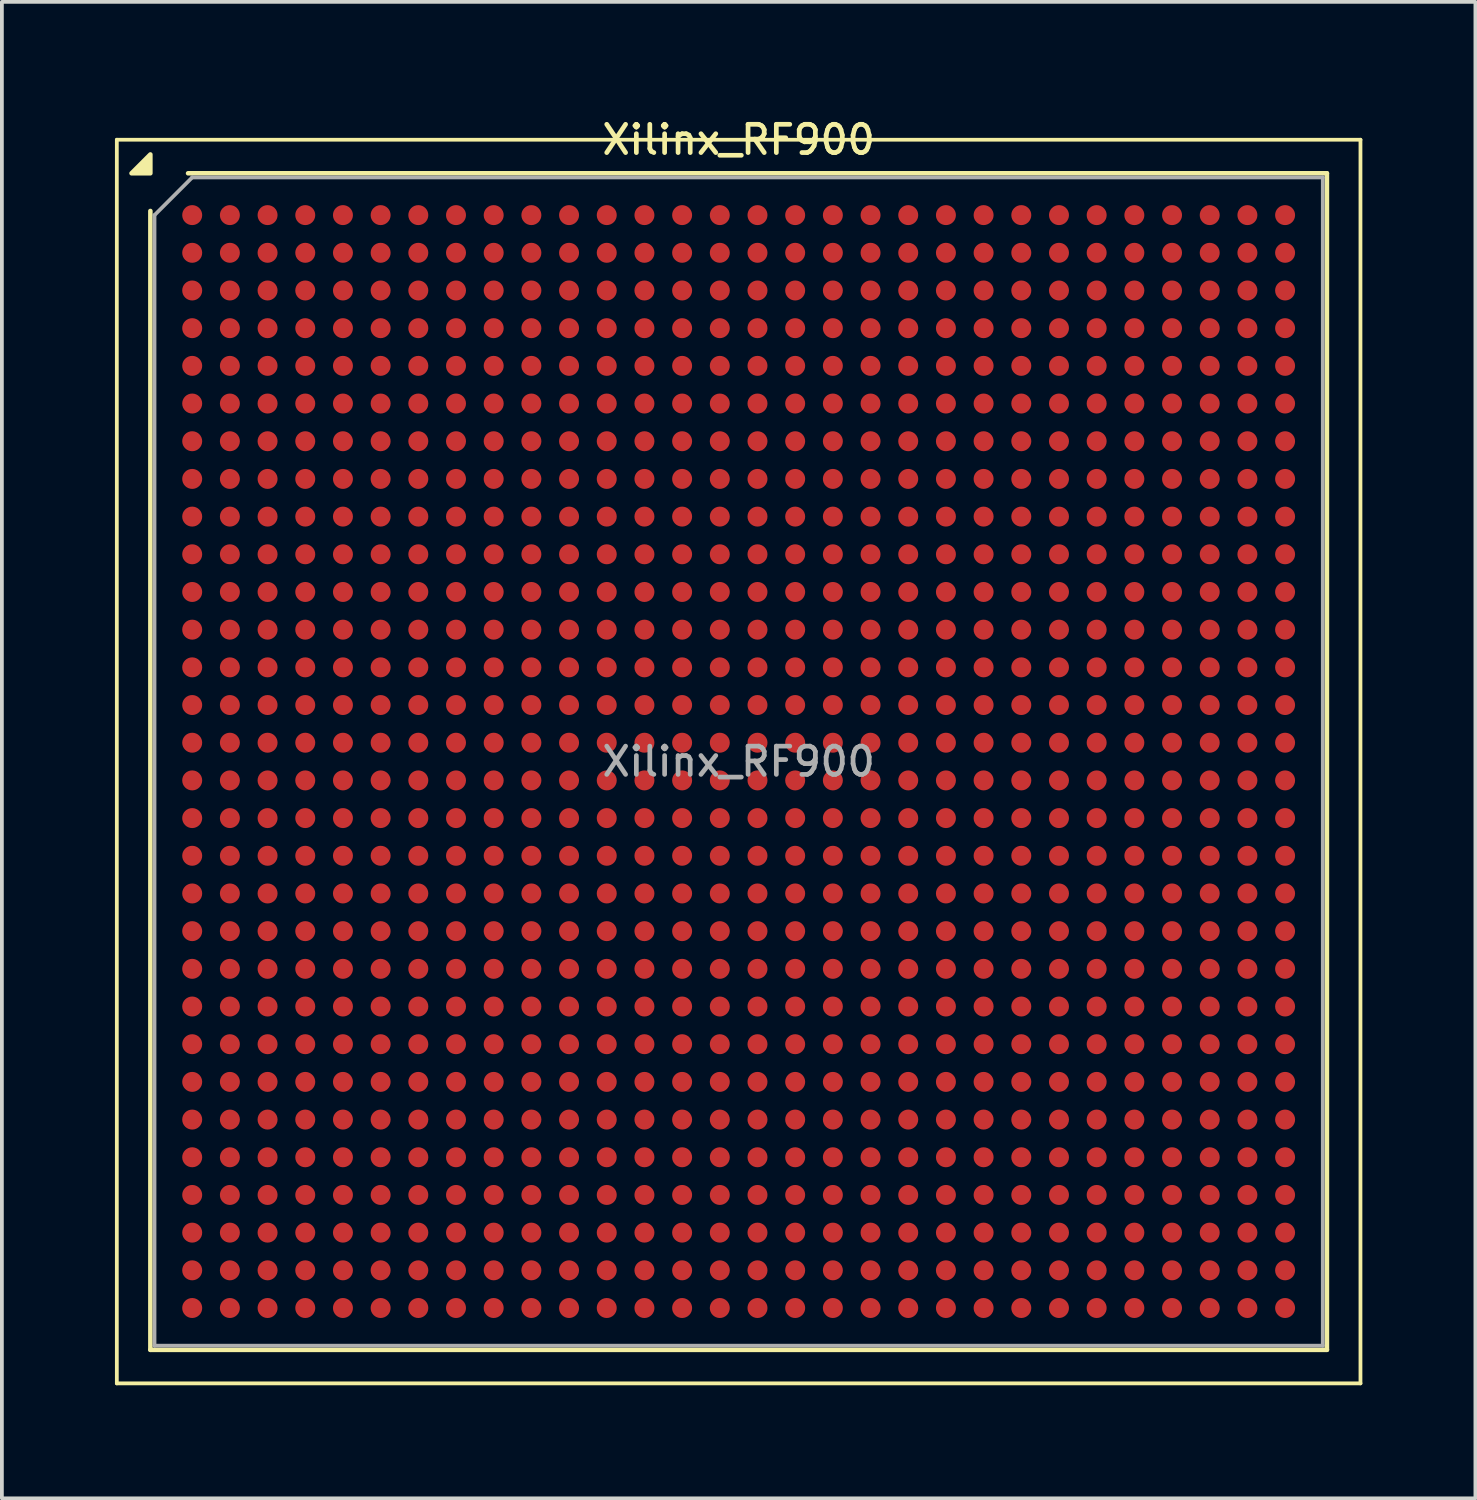
<source format=kicad_pcb>
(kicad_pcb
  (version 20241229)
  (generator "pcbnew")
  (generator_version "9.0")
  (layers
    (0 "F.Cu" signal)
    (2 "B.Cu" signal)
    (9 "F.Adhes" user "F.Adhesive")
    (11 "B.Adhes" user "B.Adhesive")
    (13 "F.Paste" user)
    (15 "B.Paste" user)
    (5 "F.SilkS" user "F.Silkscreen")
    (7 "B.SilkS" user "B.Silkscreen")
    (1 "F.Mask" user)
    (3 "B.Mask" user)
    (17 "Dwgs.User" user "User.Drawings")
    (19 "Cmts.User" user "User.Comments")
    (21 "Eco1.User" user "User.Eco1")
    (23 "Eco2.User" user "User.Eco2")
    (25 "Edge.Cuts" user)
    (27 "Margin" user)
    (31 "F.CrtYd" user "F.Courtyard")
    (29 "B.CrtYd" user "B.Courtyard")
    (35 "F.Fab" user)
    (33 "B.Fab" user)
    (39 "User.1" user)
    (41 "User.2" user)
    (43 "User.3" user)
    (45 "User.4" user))
  (footprint "Xilinx_RF900"
    (layer "F.Cu")
    (at 16.55 17.158)
    (property "Reference" "Xilinx_RF900" (at 0 -16.5 0) (layer "F.SilkS") (effects (font (size 0.75 0.75) (thickness 0.125))))
    (attr smd)
    (fp_line (start -16.5 -16.5) (end -16.5 16.5) (stroke (width 0.1) (type solid)) (layer "F.SilkS"))
    (fp_line (start -16.5 16.5) (end 16.5 16.5) (stroke (width 0.1) (type solid)) (layer "F.SilkS"))
    (fp_line (start -15.61 15.61) (end -15.61 -14.61) (stroke (width 0.12) (type solid)) (layer "F.SilkS"))
    (fp_line (start -14.61 -15.61) (end 15.61 -15.61) (stroke (width 0.12) (type solid)) (layer "F.SilkS"))
    (fp_line (start 15.61 -15.61) (end 15.61 15.61) (stroke (width 0.12) (type solid)) (layer "F.SilkS"))
    (fp_line (start 15.61 15.61) (end -15.61 15.61) (stroke (width 0.12) (type solid)) (layer "F.SilkS"))
    (fp_line (start 16.5 -16.5) (end -16.5 -16.5) (stroke (width 0.1) (type solid)) (layer "F.SilkS"))
    (fp_line (start 16.5 16.5) (end 16.5 -16.5) (stroke (width 0.1) (type solid)) (layer "F.SilkS"))
    (fp_poly (pts (xy -15.61 -15.61) (xy -16.11 -15.61) (xy -15.61 -16.11) (xy -15.61 -15.61)) (stroke (width 0.12) (type solid)) (fill yes) (layer "F.SilkS"))
    (fp_line (start -15.5 -14.5) (end -14.5 -15.5) (stroke (width 0.1) (type solid)) (layer "F.Fab"))
    (fp_line (start -15.5 15.5) (end -15.5 -14.5) (stroke (width 0.1) (type solid)) (layer "F.Fab"))
    (fp_line (start -14.5 -15.5) (end 15.5 -15.5) (stroke (width 0.1) (type solid)) (layer "F.Fab"))
    (fp_line (start 15.5 -15.5) (end 15.5 15.5) (stroke (width 0.1) (type solid)) (layer "F.Fab"))
    (fp_line (start 15.5 15.5) (end -15.5 15.5) (stroke (width 0.1) (type solid)) (layer "F.Fab"))
    (fp_text user "${REFERENCE}" (at 0 0 0) (layer "F.Fab") (effects (font (size 0.75 0.75) (thickness 0.125))))
    (pad "A1" smd circle (at -14.5 -14.5) (size 0.53 0.53) (property pad_prop_bga) (layers "F.Cu" "F.Mask" "F.Paste"))
    (pad "A2" smd circle (at -13.5 -14.5) (size 0.53 0.53) (property pad_prop_bga) (layers "F.Cu" "F.Mask" "F.Paste"))
    (pad "A3" smd circle (at -12.5 -14.5) (size 0.53 0.53) (property pad_prop_bga) (layers "F.Cu" "F.Mask" "F.Paste"))
    (pad "A4" smd circle (at -11.5 -14.5) (size 0.53 0.53) (property pad_prop_bga) (layers "F.Cu" "F.Mask" "F.Paste"))
    (pad "A5" smd circle (at -10.5 -14.5) (size 0.53 0.53) (property pad_prop_bga) (layers "F.Cu" "F.Mask" "F.Paste"))
    (pad "A6" smd circle (at -9.5 -14.5) (size 0.53 0.53) (property pad_prop_bga) (layers "F.Cu" "F.Mask" "F.Paste"))
    (pad "A7" smd circle (at -8.5 -14.5) (size 0.53 0.53) (property pad_prop_bga) (layers "F.Cu" "F.Mask" "F.Paste"))
    (pad "A8" smd circle (at -7.5 -14.5) (size 0.53 0.53) (property pad_prop_bga) (layers "F.Cu" "F.Mask" "F.Paste"))
    (pad "A9" smd circle (at -6.5 -14.5) (size 0.53 0.53) (property pad_prop_bga) (layers "F.Cu" "F.Mask" "F.Paste"))
    (pad "A10" smd circle (at -5.5 -14.5) (size 0.53 0.53) (property pad_prop_bga) (layers "F.Cu" "F.Mask" "F.Paste"))
    (pad "A11" smd circle (at -4.5 -14.5) (size 0.53 0.53) (property pad_prop_bga) (layers "F.Cu" "F.Mask" "F.Paste"))
    (pad "A12" smd circle (at -3.5 -14.5) (size 0.53 0.53) (property pad_prop_bga) (layers "F.Cu" "F.Mask" "F.Paste"))
    (pad "A13" smd circle (at -2.5 -14.5) (size 0.53 0.53) (property pad_prop_bga) (layers "F.Cu" "F.Mask" "F.Paste"))
    (pad "A14" smd circle (at -1.5 -14.5) (size 0.53 0.53) (property pad_prop_bga) (layers "F.Cu" "F.Mask" "F.Paste"))
    (pad "A15" smd circle (at -0.5 -14.5) (size 0.53 0.53) (property pad_prop_bga) (layers "F.Cu" "F.Mask" "F.Paste"))
    (pad "A16" smd circle (at 0.5 -14.5) (size 0.53 0.53) (property pad_prop_bga) (layers "F.Cu" "F.Mask" "F.Paste"))
    (pad "A17" smd circle (at 1.5 -14.5) (size 0.53 0.53) (property pad_prop_bga) (layers "F.Cu" "F.Mask" "F.Paste"))
    (pad "A18" smd circle (at 2.5 -14.5) (size 0.53 0.53) (property pad_prop_bga) (layers "F.Cu" "F.Mask" "F.Paste"))
    (pad "A19" smd circle (at 3.5 -14.5) (size 0.53 0.53) (property pad_prop_bga) (layers "F.Cu" "F.Mask" "F.Paste"))
    (pad "A20" smd circle (at 4.5 -14.5) (size 0.53 0.53) (property pad_prop_bga) (layers "F.Cu" "F.Mask" "F.Paste"))
    (pad "A21" smd circle (at 5.5 -14.5) (size 0.53 0.53) (property pad_prop_bga) (layers "F.Cu" "F.Mask" "F.Paste"))
    (pad "A22" smd circle (at 6.5 -14.5) (size 0.53 0.53) (property pad_prop_bga) (layers "F.Cu" "F.Mask" "F.Paste"))
    (pad "A23" smd circle (at 7.5 -14.5) (size 0.53 0.53) (property pad_prop_bga) (layers "F.Cu" "F.Mask" "F.Paste"))
    (pad "A24" smd circle (at 8.5 -14.5) (size 0.53 0.53) (property pad_prop_bga) (layers "F.Cu" "F.Mask" "F.Paste"))
    (pad "A25" smd circle (at 9.5 -14.5) (size 0.53 0.53) (property pad_prop_bga) (layers "F.Cu" "F.Mask" "F.Paste"))
    (pad "A26" smd circle (at 10.5 -14.5) (size 0.53 0.53) (property pad_prop_bga) (layers "F.Cu" "F.Mask" "F.Paste"))
    (pad "A27" smd circle (at 11.5 -14.5) (size 0.53 0.53) (property pad_prop_bga) (layers "F.Cu" "F.Mask" "F.Paste"))
    (pad "A28" smd circle (at 12.5 -14.5) (size 0.53 0.53) (property pad_prop_bga) (layers "F.Cu" "F.Mask" "F.Paste"))
    (pad "A29" smd circle (at 13.5 -14.5) (size 0.53 0.53) (property pad_prop_bga) (layers "F.Cu" "F.Mask" "F.Paste"))
    (pad "A30" smd circle (at 14.5 -14.5) (size 0.53 0.53) (property pad_prop_bga) (layers "F.Cu" "F.Mask" "F.Paste"))
    (pad "AA1" smd circle (at -14.5 5.5) (size 0.53 0.53) (property pad_prop_bga) (layers "F.Cu" "F.Mask" "F.Paste"))
    (pad "AA2" smd circle (at -13.5 5.5) (size 0.53 0.53) (property pad_prop_bga) (layers "F.Cu" "F.Mask" "F.Paste"))
    (pad "AA3" smd circle (at -12.5 5.5) (size 0.53 0.53) (property pad_prop_bga) (layers "F.Cu" "F.Mask" "F.Paste"))
    (pad "AA4" smd circle (at -11.5 5.5) (size 0.53 0.53) (property pad_prop_bga) (layers "F.Cu" "F.Mask" "F.Paste"))
    (pad "AA5" smd circle (at -10.5 5.5) (size 0.53 0.53) (property pad_prop_bga) (layers "F.Cu" "F.Mask" "F.Paste"))
    (pad "AA6" smd circle (at -9.5 5.5) (size 0.53 0.53) (property pad_prop_bga) (layers "F.Cu" "F.Mask" "F.Paste"))
    (pad "AA7" smd circle (at -8.5 5.5) (size 0.53 0.53) (property pad_prop_bga) (layers "F.Cu" "F.Mask" "F.Paste"))
    (pad "AA8" smd circle (at -7.5 5.5) (size 0.53 0.53) (property pad_prop_bga) (layers "F.Cu" "F.Mask" "F.Paste"))
    (pad "AA9" smd circle (at -6.5 5.5) (size 0.53 0.53) (property pad_prop_bga) (layers "F.Cu" "F.Mask" "F.Paste"))
    (pad "AA10" smd circle (at -5.5 5.5) (size 0.53 0.53) (property pad_prop_bga) (layers "F.Cu" "F.Mask" "F.Paste"))
    (pad "AA11" smd circle (at -4.5 5.5) (size 0.53 0.53) (property pad_prop_bga) (layers "F.Cu" "F.Mask" "F.Paste"))
    (pad "AA12" smd circle (at -3.5 5.5) (size 0.53 0.53) (property pad_prop_bga) (layers "F.Cu" "F.Mask" "F.Paste"))
    (pad "AA13" smd circle (at -2.5 5.5) (size 0.53 0.53) (property pad_prop_bga) (layers "F.Cu" "F.Mask" "F.Paste"))
    (pad "AA14" smd circle (at -1.5 5.5) (size 0.53 0.53) (property pad_prop_bga) (layers "F.Cu" "F.Mask" "F.Paste"))
    (pad "AA15" smd circle (at -0.5 5.5) (size 0.53 0.53) (property pad_prop_bga) (layers "F.Cu" "F.Mask" "F.Paste"))
    (pad "AA16" smd circle (at 0.5 5.5) (size 0.53 0.53) (property pad_prop_bga) (layers "F.Cu" "F.Mask" "F.Paste"))
    (pad "AA17" smd circle (at 1.5 5.5) (size 0.53 0.53) (property pad_prop_bga) (layers "F.Cu" "F.Mask" "F.Paste"))
    (pad "AA18" smd circle (at 2.5 5.5) (size 0.53 0.53) (property pad_prop_bga) (layers "F.Cu" "F.Mask" "F.Paste"))
    (pad "AA19" smd circle (at 3.5 5.5) (size 0.53 0.53) (property pad_prop_bga) (layers "F.Cu" "F.Mask" "F.Paste"))
    (pad "AA20" smd circle (at 4.5 5.5) (size 0.53 0.53) (property pad_prop_bga) (layers "F.Cu" "F.Mask" "F.Paste"))
    (pad "AA21" smd circle (at 5.5 5.5) (size 0.53 0.53) (property pad_prop_bga) (layers "F.Cu" "F.Mask" "F.Paste"))
    (pad "AA22" smd circle (at 6.5 5.5) (size 0.53 0.53) (property pad_prop_bga) (layers "F.Cu" "F.Mask" "F.Paste"))
    (pad "AA23" smd circle (at 7.5 5.5) (size 0.53 0.53) (property pad_prop_bga) (layers "F.Cu" "F.Mask" "F.Paste"))
    (pad "AA24" smd circle (at 8.5 5.5) (size 0.53 0.53) (property pad_prop_bga) (layers "F.Cu" "F.Mask" "F.Paste"))
    (pad "AA25" smd circle (at 9.5 5.5) (size 0.53 0.53) (property pad_prop_bga) (layers "F.Cu" "F.Mask" "F.Paste"))
    (pad "AA26" smd circle (at 10.5 5.5) (size 0.53 0.53) (property pad_prop_bga) (layers "F.Cu" "F.Mask" "F.Paste"))
    (pad "AA27" smd circle (at 11.5 5.5) (size 0.53 0.53) (property pad_prop_bga) (layers "F.Cu" "F.Mask" "F.Paste"))
    (pad "AA28" smd circle (at 12.5 5.5) (size 0.53 0.53) (property pad_prop_bga) (layers "F.Cu" "F.Mask" "F.Paste"))
    (pad "AA29" smd circle (at 13.5 5.5) (size 0.53 0.53) (property pad_prop_bga) (layers "F.Cu" "F.Mask" "F.Paste"))
    (pad "AA30" smd circle (at 14.5 5.5) (size 0.53 0.53) (property pad_prop_bga) (layers "F.Cu" "F.Mask" "F.Paste"))
    (pad "AB1" smd circle (at -14.5 6.5) (size 0.53 0.53) (property pad_prop_bga) (layers "F.Cu" "F.Mask" "F.Paste"))
    (pad "AB2" smd circle (at -13.5 6.5) (size 0.53 0.53) (property pad_prop_bga) (layers "F.Cu" "F.Mask" "F.Paste"))
    (pad "AB3" smd circle (at -12.5 6.5) (size 0.53 0.53) (property pad_prop_bga) (layers "F.Cu" "F.Mask" "F.Paste"))
    (pad "AB4" smd circle (at -11.5 6.5) (size 0.53 0.53) (property pad_prop_bga) (layers "F.Cu" "F.Mask" "F.Paste"))
    (pad "AB5" smd circle (at -10.5 6.5) (size 0.53 0.53) (property pad_prop_bga) (layers "F.Cu" "F.Mask" "F.Paste"))
    (pad "AB6" smd circle (at -9.5 6.5) (size 0.53 0.53) (property pad_prop_bga) (layers "F.Cu" "F.Mask" "F.Paste"))
    (pad "AB7" smd circle (at -8.5 6.5) (size 0.53 0.53) (property pad_prop_bga) (layers "F.Cu" "F.Mask" "F.Paste"))
    (pad "AB8" smd circle (at -7.5 6.5) (size 0.53 0.53) (property pad_prop_bga) (layers "F.Cu" "F.Mask" "F.Paste"))
    (pad "AB9" smd circle (at -6.5 6.5) (size 0.53 0.53) (property pad_prop_bga) (layers "F.Cu" "F.Mask" "F.Paste"))
    (pad "AB10" smd circle (at -5.5 6.5) (size 0.53 0.53) (property pad_prop_bga) (layers "F.Cu" "F.Mask" "F.Paste"))
    (pad "AB11" smd circle (at -4.5 6.5) (size 0.53 0.53) (property pad_prop_bga) (layers "F.Cu" "F.Mask" "F.Paste"))
    (pad "AB12" smd circle (at -3.5 6.5) (size 0.53 0.53) (property pad_prop_bga) (layers "F.Cu" "F.Mask" "F.Paste"))
    (pad "AB13" smd circle (at -2.5 6.5) (size 0.53 0.53) (property pad_prop_bga) (layers "F.Cu" "F.Mask" "F.Paste"))
    (pad "AB14" smd circle (at -1.5 6.5) (size 0.53 0.53) (property pad_prop_bga) (layers "F.Cu" "F.Mask" "F.Paste"))
    (pad "AB15" smd circle (at -0.5 6.5) (size 0.53 0.53) (property pad_prop_bga) (layers "F.Cu" "F.Mask" "F.Paste"))
    (pad "AB16" smd circle (at 0.5 6.5) (size 0.53 0.53) (property pad_prop_bga) (layers "F.Cu" "F.Mask" "F.Paste"))
    (pad "AB17" smd circle (at 1.5 6.5) (size 0.53 0.53) (property pad_prop_bga) (layers "F.Cu" "F.Mask" "F.Paste"))
    (pad "AB18" smd circle (at 2.5 6.5) (size 0.53 0.53) (property pad_prop_bga) (layers "F.Cu" "F.Mask" "F.Paste"))
    (pad "AB19" smd circle (at 3.5 6.5) (size 0.53 0.53) (property pad_prop_bga) (layers "F.Cu" "F.Mask" "F.Paste"))
    (pad "AB20" smd circle (at 4.5 6.5) (size 0.53 0.53) (property pad_prop_bga) (layers "F.Cu" "F.Mask" "F.Paste"))
    (pad "AB21" smd circle (at 5.5 6.5) (size 0.53 0.53) (property pad_prop_bga) (layers "F.Cu" "F.Mask" "F.Paste"))
    (pad "AB22" smd circle (at 6.5 6.5) (size 0.53 0.53) (property pad_prop_bga) (layers "F.Cu" "F.Mask" "F.Paste"))
    (pad "AB23" smd circle (at 7.5 6.5) (size 0.53 0.53) (property pad_prop_bga) (layers "F.Cu" "F.Mask" "F.Paste"))
    (pad "AB24" smd circle (at 8.5 6.5) (size 0.53 0.53) (property pad_prop_bga) (layers "F.Cu" "F.Mask" "F.Paste"))
    (pad "AB25" smd circle (at 9.5 6.5) (size 0.53 0.53) (property pad_prop_bga) (layers "F.Cu" "F.Mask" "F.Paste"))
    (pad "AB26" smd circle (at 10.5 6.5) (size 0.53 0.53) (property pad_prop_bga) (layers "F.Cu" "F.Mask" "F.Paste"))
    (pad "AB27" smd circle (at 11.5 6.5) (size 0.53 0.53) (property pad_prop_bga) (layers "F.Cu" "F.Mask" "F.Paste"))
    (pad "AB28" smd circle (at 12.5 6.5) (size 0.53 0.53) (property pad_prop_bga) (layers "F.Cu" "F.Mask" "F.Paste"))
    (pad "AB29" smd circle (at 13.5 6.5) (size 0.53 0.53) (property pad_prop_bga) (layers "F.Cu" "F.Mask" "F.Paste"))
    (pad "AB30" smd circle (at 14.5 6.5) (size 0.53 0.53) (property pad_prop_bga) (layers "F.Cu" "F.Mask" "F.Paste"))
    (pad "AC1" smd circle (at -14.5 7.5) (size 0.53 0.53) (property pad_prop_bga) (layers "F.Cu" "F.Mask" "F.Paste"))
    (pad "AC2" smd circle (at -13.5 7.5) (size 0.53 0.53) (property pad_prop_bga) (layers "F.Cu" "F.Mask" "F.Paste"))
    (pad "AC3" smd circle (at -12.5 7.5) (size 0.53 0.53) (property pad_prop_bga) (layers "F.Cu" "F.Mask" "F.Paste"))
    (pad "AC4" smd circle (at -11.5 7.5) (size 0.53 0.53) (property pad_prop_bga) (layers "F.Cu" "F.Mask" "F.Paste"))
    (pad "AC5" smd circle (at -10.5 7.5) (size 0.53 0.53) (property pad_prop_bga) (layers "F.Cu" "F.Mask" "F.Paste"))
    (pad "AC6" smd circle (at -9.5 7.5) (size 0.53 0.53) (property pad_prop_bga) (layers "F.Cu" "F.Mask" "F.Paste"))
    (pad "AC7" smd circle (at -8.5 7.5) (size 0.53 0.53) (property pad_prop_bga) (layers "F.Cu" "F.Mask" "F.Paste"))
    (pad "AC8" smd circle (at -7.5 7.5) (size 0.53 0.53) (property pad_prop_bga) (layers "F.Cu" "F.Mask" "F.Paste"))
    (pad "AC9" smd circle (at -6.5 7.5) (size 0.53 0.53) (property pad_prop_bga) (layers "F.Cu" "F.Mask" "F.Paste"))
    (pad "AC10" smd circle (at -5.5 7.5) (size 0.53 0.53) (property pad_prop_bga) (layers "F.Cu" "F.Mask" "F.Paste"))
    (pad "AC11" smd circle (at -4.5 7.5) (size 0.53 0.53) (property pad_prop_bga) (layers "F.Cu" "F.Mask" "F.Paste"))
    (pad "AC12" smd circle (at -3.5 7.5) (size 0.53 0.53) (property pad_prop_bga) (layers "F.Cu" "F.Mask" "F.Paste"))
    (pad "AC13" smd circle (at -2.5 7.5) (size 0.53 0.53) (property pad_prop_bga) (layers "F.Cu" "F.Mask" "F.Paste"))
    (pad "AC14" smd circle (at -1.5 7.5) (size 0.53 0.53) (property pad_prop_bga) (layers "F.Cu" "F.Mask" "F.Paste"))
    (pad "AC15" smd circle (at -0.5 7.5) (size 0.53 0.53) (property pad_prop_bga) (layers "F.Cu" "F.Mask" "F.Paste"))
    (pad "AC16" smd circle (at 0.5 7.5) (size 0.53 0.53) (property pad_prop_bga) (layers "F.Cu" "F.Mask" "F.Paste"))
    (pad "AC17" smd circle (at 1.5 7.5) (size 0.53 0.53) (property pad_prop_bga) (layers "F.Cu" "F.Mask" "F.Paste"))
    (pad "AC18" smd circle (at 2.5 7.5) (size 0.53 0.53) (property pad_prop_bga) (layers "F.Cu" "F.Mask" "F.Paste"))
    (pad "AC19" smd circle (at 3.5 7.5) (size 0.53 0.53) (property pad_prop_bga) (layers "F.Cu" "F.Mask" "F.Paste"))
    (pad "AC20" smd circle (at 4.5 7.5) (size 0.53 0.53) (property pad_prop_bga) (layers "F.Cu" "F.Mask" "F.Paste"))
    (pad "AC21" smd circle (at 5.5 7.5) (size 0.53 0.53) (property pad_prop_bga) (layers "F.Cu" "F.Mask" "F.Paste"))
    (pad "AC22" smd circle (at 6.5 7.5) (size 0.53 0.53) (property pad_prop_bga) (layers "F.Cu" "F.Mask" "F.Paste"))
    (pad "AC23" smd circle (at 7.5 7.5) (size 0.53 0.53) (property pad_prop_bga) (layers "F.Cu" "F.Mask" "F.Paste"))
    (pad "AC24" smd circle (at 8.5 7.5) (size 0.53 0.53) (property pad_prop_bga) (layers "F.Cu" "F.Mask" "F.Paste"))
    (pad "AC25" smd circle (at 9.5 7.5) (size 0.53 0.53) (property pad_prop_bga) (layers "F.Cu" "F.Mask" "F.Paste"))
    (pad "AC26" smd circle (at 10.5 7.5) (size 0.53 0.53) (property pad_prop_bga) (layers "F.Cu" "F.Mask" "F.Paste"))
    (pad "AC27" smd circle (at 11.5 7.5) (size 0.53 0.53) (property pad_prop_bga) (layers "F.Cu" "F.Mask" "F.Paste"))
    (pad "AC28" smd circle (at 12.5 7.5) (size 0.53 0.53) (property pad_prop_bga) (layers "F.Cu" "F.Mask" "F.Paste"))
    (pad "AC29" smd circle (at 13.5 7.5) (size 0.53 0.53) (property pad_prop_bga) (layers "F.Cu" "F.Mask" "F.Paste"))
    (pad "AC30" smd circle (at 14.5 7.5) (size 0.53 0.53) (property pad_prop_bga) (layers "F.Cu" "F.Mask" "F.Paste"))
    (pad "AD1" smd circle (at -14.5 8.5) (size 0.53 0.53) (property pad_prop_bga) (layers "F.Cu" "F.Mask" "F.Paste"))
    (pad "AD2" smd circle (at -13.5 8.5) (size 0.53 0.53) (property pad_prop_bga) (layers "F.Cu" "F.Mask" "F.Paste"))
    (pad "AD3" smd circle (at -12.5 8.5) (size 0.53 0.53) (property pad_prop_bga) (layers "F.Cu" "F.Mask" "F.Paste"))
    (pad "AD4" smd circle (at -11.5 8.5) (size 0.53 0.53) (property pad_prop_bga) (layers "F.Cu" "F.Mask" "F.Paste"))
    (pad "AD5" smd circle (at -10.5 8.5) (size 0.53 0.53) (property pad_prop_bga) (layers "F.Cu" "F.Mask" "F.Paste"))
    (pad "AD6" smd circle (at -9.5 8.5) (size 0.53 0.53) (property pad_prop_bga) (layers "F.Cu" "F.Mask" "F.Paste"))
    (pad "AD7" smd circle (at -8.5 8.5) (size 0.53 0.53) (property pad_prop_bga) (layers "F.Cu" "F.Mask" "F.Paste"))
    (pad "AD8" smd circle (at -7.5 8.5) (size 0.53 0.53) (property pad_prop_bga) (layers "F.Cu" "F.Mask" "F.Paste"))
    (pad "AD9" smd circle (at -6.5 8.5) (size 0.53 0.53) (property pad_prop_bga) (layers "F.Cu" "F.Mask" "F.Paste"))
    (pad "AD10" smd circle (at -5.5 8.5) (size 0.53 0.53) (property pad_prop_bga) (layers "F.Cu" "F.Mask" "F.Paste"))
    (pad "AD11" smd circle (at -4.5 8.5) (size 0.53 0.53) (property pad_prop_bga) (layers "F.Cu" "F.Mask" "F.Paste"))
    (pad "AD12" smd circle (at -3.5 8.5) (size 0.53 0.53) (property pad_prop_bga) (layers "F.Cu" "F.Mask" "F.Paste"))
    (pad "AD13" smd circle (at -2.5 8.5) (size 0.53 0.53) (property pad_prop_bga) (layers "F.Cu" "F.Mask" "F.Paste"))
    (pad "AD14" smd circle (at -1.5 8.5) (size 0.53 0.53) (property pad_prop_bga) (layers "F.Cu" "F.Mask" "F.Paste"))
    (pad "AD15" smd circle (at -0.5 8.5) (size 0.53 0.53) (property pad_prop_bga) (layers "F.Cu" "F.Mask" "F.Paste"))
    (pad "AD16" smd circle (at 0.5 8.5) (size 0.53 0.53) (property pad_prop_bga) (layers "F.Cu" "F.Mask" "F.Paste"))
    (pad "AD17" smd circle (at 1.5 8.5) (size 0.53 0.53) (property pad_prop_bga) (layers "F.Cu" "F.Mask" "F.Paste"))
    (pad "AD18" smd circle (at 2.5 8.5) (size 0.53 0.53) (property pad_prop_bga) (layers "F.Cu" "F.Mask" "F.Paste"))
    (pad "AD19" smd circle (at 3.5 8.5) (size 0.53 0.53) (property pad_prop_bga) (layers "F.Cu" "F.Mask" "F.Paste"))
    (pad "AD20" smd circle (at 4.5 8.5) (size 0.53 0.53) (property pad_prop_bga) (layers "F.Cu" "F.Mask" "F.Paste"))
    (pad "AD21" smd circle (at 5.5 8.5) (size 0.53 0.53) (property pad_prop_bga) (layers "F.Cu" "F.Mask" "F.Paste"))
    (pad "AD22" smd circle (at 6.5 8.5) (size 0.53 0.53) (property pad_prop_bga) (layers "F.Cu" "F.Mask" "F.Paste"))
    (pad "AD23" smd circle (at 7.5 8.5) (size 0.53 0.53) (property pad_prop_bga) (layers "F.Cu" "F.Mask" "F.Paste"))
    (pad "AD24" smd circle (at 8.5 8.5) (size 0.53 0.53) (property pad_prop_bga) (layers "F.Cu" "F.Mask" "F.Paste"))
    (pad "AD25" smd circle (at 9.5 8.5) (size 0.53 0.53) (property pad_prop_bga) (layers "F.Cu" "F.Mask" "F.Paste"))
    (pad "AD26" smd circle (at 10.5 8.5) (size 0.53 0.53) (property pad_prop_bga) (layers "F.Cu" "F.Mask" "F.Paste"))
    (pad "AD27" smd circle (at 11.5 8.5) (size 0.53 0.53) (property pad_prop_bga) (layers "F.Cu" "F.Mask" "F.Paste"))
    (pad "AD28" smd circle (at 12.5 8.5) (size 0.53 0.53) (property pad_prop_bga) (layers "F.Cu" "F.Mask" "F.Paste"))
    (pad "AD29" smd circle (at 13.5 8.5) (size 0.53 0.53) (property pad_prop_bga) (layers "F.Cu" "F.Mask" "F.Paste"))
    (pad "AD30" smd circle (at 14.5 8.5) (size 0.53 0.53) (property pad_prop_bga) (layers "F.Cu" "F.Mask" "F.Paste"))
    (pad "AE1" smd circle (at -14.5 9.5) (size 0.53 0.53) (property pad_prop_bga) (layers "F.Cu" "F.Mask" "F.Paste"))
    (pad "AE2" smd circle (at -13.5 9.5) (size 0.53 0.53) (property pad_prop_bga) (layers "F.Cu" "F.Mask" "F.Paste"))
    (pad "AE3" smd circle (at -12.5 9.5) (size 0.53 0.53) (property pad_prop_bga) (layers "F.Cu" "F.Mask" "F.Paste"))
    (pad "AE4" smd circle (at -11.5 9.5) (size 0.53 0.53) (property pad_prop_bga) (layers "F.Cu" "F.Mask" "F.Paste"))
    (pad "AE5" smd circle (at -10.5 9.5) (size 0.53 0.53) (property pad_prop_bga) (layers "F.Cu" "F.Mask" "F.Paste"))
    (pad "AE6" smd circle (at -9.5 9.5) (size 0.53 0.53) (property pad_prop_bga) (layers "F.Cu" "F.Mask" "F.Paste"))
    (pad "AE7" smd circle (at -8.5 9.5) (size 0.53 0.53) (property pad_prop_bga) (layers "F.Cu" "F.Mask" "F.Paste"))
    (pad "AE8" smd circle (at -7.5 9.5) (size 0.53 0.53) (property pad_prop_bga) (layers "F.Cu" "F.Mask" "F.Paste"))
    (pad "AE9" smd circle (at -6.5 9.5) (size 0.53 0.53) (property pad_prop_bga) (layers "F.Cu" "F.Mask" "F.Paste"))
    (pad "AE10" smd circle (at -5.5 9.5) (size 0.53 0.53) (property pad_prop_bga) (layers "F.Cu" "F.Mask" "F.Paste"))
    (pad "AE11" smd circle (at -4.5 9.5) (size 0.53 0.53) (property pad_prop_bga) (layers "F.Cu" "F.Mask" "F.Paste"))
    (pad "AE12" smd circle (at -3.5 9.5) (size 0.53 0.53) (property pad_prop_bga) (layers "F.Cu" "F.Mask" "F.Paste"))
    (pad "AE13" smd circle (at -2.5 9.5) (size 0.53 0.53) (property pad_prop_bga) (layers "F.Cu" "F.Mask" "F.Paste"))
    (pad "AE14" smd circle (at -1.5 9.5) (size 0.53 0.53) (property pad_prop_bga) (layers "F.Cu" "F.Mask" "F.Paste"))
    (pad "AE15" smd circle (at -0.5 9.5) (size 0.53 0.53) (property pad_prop_bga) (layers "F.Cu" "F.Mask" "F.Paste"))
    (pad "AE16" smd circle (at 0.5 9.5) (size 0.53 0.53) (property pad_prop_bga) (layers "F.Cu" "F.Mask" "F.Paste"))
    (pad "AE17" smd circle (at 1.5 9.5) (size 0.53 0.53) (property pad_prop_bga) (layers "F.Cu" "F.Mask" "F.Paste"))
    (pad "AE18" smd circle (at 2.5 9.5) (size 0.53 0.53) (property pad_prop_bga) (layers "F.Cu" "F.Mask" "F.Paste"))
    (pad "AE19" smd circle (at 3.5 9.5) (size 0.53 0.53) (property pad_prop_bga) (layers "F.Cu" "F.Mask" "F.Paste"))
    (pad "AE20" smd circle (at 4.5 9.5) (size 0.53 0.53) (property pad_prop_bga) (layers "F.Cu" "F.Mask" "F.Paste"))
    (pad "AE21" smd circle (at 5.5 9.5) (size 0.53 0.53) (property pad_prop_bga) (layers "F.Cu" "F.Mask" "F.Paste"))
    (pad "AE22" smd circle (at 6.5 9.5) (size 0.53 0.53) (property pad_prop_bga) (layers "F.Cu" "F.Mask" "F.Paste"))
    (pad "AE23" smd circle (at 7.5 9.5) (size 0.53 0.53) (property pad_prop_bga) (layers "F.Cu" "F.Mask" "F.Paste"))
    (pad "AE24" smd circle (at 8.5 9.5) (size 0.53 0.53) (property pad_prop_bga) (layers "F.Cu" "F.Mask" "F.Paste"))
    (pad "AE25" smd circle (at 9.5 9.5) (size 0.53 0.53) (property pad_prop_bga) (layers "F.Cu" "F.Mask" "F.Paste"))
    (pad "AE26" smd circle (at 10.5 9.5) (size 0.53 0.53) (property pad_prop_bga) (layers "F.Cu" "F.Mask" "F.Paste"))
    (pad "AE27" smd circle (at 11.5 9.5) (size 0.53 0.53) (property pad_prop_bga) (layers "F.Cu" "F.Mask" "F.Paste"))
    (pad "AE28" smd circle (at 12.5 9.5) (size 0.53 0.53) (property pad_prop_bga) (layers "F.Cu" "F.Mask" "F.Paste"))
    (pad "AE29" smd circle (at 13.5 9.5) (size 0.53 0.53) (property pad_prop_bga) (layers "F.Cu" "F.Mask" "F.Paste"))
    (pad "AE30" smd circle (at 14.5 9.5) (size 0.53 0.53) (property pad_prop_bga) (layers "F.Cu" "F.Mask" "F.Paste"))
    (pad "AF1" smd circle (at -14.5 10.5) (size 0.53 0.53) (property pad_prop_bga) (layers "F.Cu" "F.Mask" "F.Paste"))
    (pad "AF2" smd circle (at -13.5 10.5) (size 0.53 0.53) (property pad_prop_bga) (layers "F.Cu" "F.Mask" "F.Paste"))
    (pad "AF3" smd circle (at -12.5 10.5) (size 0.53 0.53) (property pad_prop_bga) (layers "F.Cu" "F.Mask" "F.Paste"))
    (pad "AF4" smd circle (at -11.5 10.5) (size 0.53 0.53) (property pad_prop_bga) (layers "F.Cu" "F.Mask" "F.Paste"))
    (pad "AF5" smd circle (at -10.5 10.5) (size 0.53 0.53) (property pad_prop_bga) (layers "F.Cu" "F.Mask" "F.Paste"))
    (pad "AF6" smd circle (at -9.5 10.5) (size 0.53 0.53) (property pad_prop_bga) (layers "F.Cu" "F.Mask" "F.Paste"))
    (pad "AF7" smd circle (at -8.5 10.5) (size 0.53 0.53) (property pad_prop_bga) (layers "F.Cu" "F.Mask" "F.Paste"))
    (pad "AF8" smd circle (at -7.5 10.5) (size 0.53 0.53) (property pad_prop_bga) (layers "F.Cu" "F.Mask" "F.Paste"))
    (pad "AF9" smd circle (at -6.5 10.5) (size 0.53 0.53) (property pad_prop_bga) (layers "F.Cu" "F.Mask" "F.Paste"))
    (pad "AF10" smd circle (at -5.5 10.5) (size 0.53 0.53) (property pad_prop_bga) (layers "F.Cu" "F.Mask" "F.Paste"))
    (pad "AF11" smd circle (at -4.5 10.5) (size 0.53 0.53) (property pad_prop_bga) (layers "F.Cu" "F.Mask" "F.Paste"))
    (pad "AF12" smd circle (at -3.5 10.5) (size 0.53 0.53) (property pad_prop_bga) (layers "F.Cu" "F.Mask" "F.Paste"))
    (pad "AF13" smd circle (at -2.5 10.5) (size 0.53 0.53) (property pad_prop_bga) (layers "F.Cu" "F.Mask" "F.Paste"))
    (pad "AF14" smd circle (at -1.5 10.5) (size 0.53 0.53) (property pad_prop_bga) (layers "F.Cu" "F.Mask" "F.Paste"))
    (pad "AF15" smd circle (at -0.5 10.5) (size 0.53 0.53) (property pad_prop_bga) (layers "F.Cu" "F.Mask" "F.Paste"))
    (pad "AF16" smd circle (at 0.5 10.5) (size 0.53 0.53) (property pad_prop_bga) (layers "F.Cu" "F.Mask" "F.Paste"))
    (pad "AF17" smd circle (at 1.5 10.5) (size 0.53 0.53) (property pad_prop_bga) (layers "F.Cu" "F.Mask" "F.Paste"))
    (pad "AF18" smd circle (at 2.5 10.5) (size 0.53 0.53) (property pad_prop_bga) (layers "F.Cu" "F.Mask" "F.Paste"))
    (pad "AF19" smd circle (at 3.5 10.5) (size 0.53 0.53) (property pad_prop_bga) (layers "F.Cu" "F.Mask" "F.Paste"))
    (pad "AF20" smd circle (at 4.5 10.5) (size 0.53 0.53) (property pad_prop_bga) (layers "F.Cu" "F.Mask" "F.Paste"))
    (pad "AF21" smd circle (at 5.5 10.5) (size 0.53 0.53) (property pad_prop_bga) (layers "F.Cu" "F.Mask" "F.Paste"))
    (pad "AF22" smd circle (at 6.5 10.5) (size 0.53 0.53) (property pad_prop_bga) (layers "F.Cu" "F.Mask" "F.Paste"))
    (pad "AF23" smd circle (at 7.5 10.5) (size 0.53 0.53) (property pad_prop_bga) (layers "F.Cu" "F.Mask" "F.Paste"))
    (pad "AF24" smd circle (at 8.5 10.5) (size 0.53 0.53) (property pad_prop_bga) (layers "F.Cu" "F.Mask" "F.Paste"))
    (pad "AF25" smd circle (at 9.5 10.5) (size 0.53 0.53) (property pad_prop_bga) (layers "F.Cu" "F.Mask" "F.Paste"))
    (pad "AF26" smd circle (at 10.5 10.5) (size 0.53 0.53) (property pad_prop_bga) (layers "F.Cu" "F.Mask" "F.Paste"))
    (pad "AF27" smd circle (at 11.5 10.5) (size 0.53 0.53) (property pad_prop_bga) (layers "F.Cu" "F.Mask" "F.Paste"))
    (pad "AF28" smd circle (at 12.5 10.5) (size 0.53 0.53) (property pad_prop_bga) (layers "F.Cu" "F.Mask" "F.Paste"))
    (pad "AF29" smd circle (at 13.5 10.5) (size 0.53 0.53) (property pad_prop_bga) (layers "F.Cu" "F.Mask" "F.Paste"))
    (pad "AF30" smd circle (at 14.5 10.5) (size 0.53 0.53) (property pad_prop_bga) (layers "F.Cu" "F.Mask" "F.Paste"))
    (pad "AG1" smd circle (at -14.5 11.5) (size 0.53 0.53) (property pad_prop_bga) (layers "F.Cu" "F.Mask" "F.Paste"))
    (pad "AG2" smd circle (at -13.5 11.5) (size 0.53 0.53) (property pad_prop_bga) (layers "F.Cu" "F.Mask" "F.Paste"))
    (pad "AG3" smd circle (at -12.5 11.5) (size 0.53 0.53) (property pad_prop_bga) (layers "F.Cu" "F.Mask" "F.Paste"))
    (pad "AG4" smd circle (at -11.5 11.5) (size 0.53 0.53) (property pad_prop_bga) (layers "F.Cu" "F.Mask" "F.Paste"))
    (pad "AG5" smd circle (at -10.5 11.5) (size 0.53 0.53) (property pad_prop_bga) (layers "F.Cu" "F.Mask" "F.Paste"))
    (pad "AG6" smd circle (at -9.5 11.5) (size 0.53 0.53) (property pad_prop_bga) (layers "F.Cu" "F.Mask" "F.Paste"))
    (pad "AG7" smd circle (at -8.5 11.5) (size 0.53 0.53) (property pad_prop_bga) (layers "F.Cu" "F.Mask" "F.Paste"))
    (pad "AG8" smd circle (at -7.5 11.5) (size 0.53 0.53) (property pad_prop_bga) (layers "F.Cu" "F.Mask" "F.Paste"))
    (pad "AG9" smd circle (at -6.5 11.5) (size 0.53 0.53) (property pad_prop_bga) (layers "F.Cu" "F.Mask" "F.Paste"))
    (pad "AG10" smd circle (at -5.5 11.5) (size 0.53 0.53) (property pad_prop_bga) (layers "F.Cu" "F.Mask" "F.Paste"))
    (pad "AG11" smd circle (at -4.5 11.5) (size 0.53 0.53) (property pad_prop_bga) (layers "F.Cu" "F.Mask" "F.Paste"))
    (pad "AG12" smd circle (at -3.5 11.5) (size 0.53 0.53) (property pad_prop_bga) (layers "F.Cu" "F.Mask" "F.Paste"))
    (pad "AG13" smd circle (at -2.5 11.5) (size 0.53 0.53) (property pad_prop_bga) (layers "F.Cu" "F.Mask" "F.Paste"))
    (pad "AG14" smd circle (at -1.5 11.5) (size 0.53 0.53) (property pad_prop_bga) (layers "F.Cu" "F.Mask" "F.Paste"))
    (pad "AG15" smd circle (at -0.5 11.5) (size 0.53 0.53) (property pad_prop_bga) (layers "F.Cu" "F.Mask" "F.Paste"))
    (pad "AG16" smd circle (at 0.5 11.5) (size 0.53 0.53) (property pad_prop_bga) (layers "F.Cu" "F.Mask" "F.Paste"))
    (pad "AG17" smd circle (at 1.5 11.5) (size 0.53 0.53) (property pad_prop_bga) (layers "F.Cu" "F.Mask" "F.Paste"))
    (pad "AG18" smd circle (at 2.5 11.5) (size 0.53 0.53) (property pad_prop_bga) (layers "F.Cu" "F.Mask" "F.Paste"))
    (pad "AG19" smd circle (at 3.5 11.5) (size 0.53 0.53) (property pad_prop_bga) (layers "F.Cu" "F.Mask" "F.Paste"))
    (pad "AG20" smd circle (at 4.5 11.5) (size 0.53 0.53) (property pad_prop_bga) (layers "F.Cu" "F.Mask" "F.Paste"))
    (pad "AG21" smd circle (at 5.5 11.5) (size 0.53 0.53) (property pad_prop_bga) (layers "F.Cu" "F.Mask" "F.Paste"))
    (pad "AG22" smd circle (at 6.5 11.5) (size 0.53 0.53) (property pad_prop_bga) (layers "F.Cu" "F.Mask" "F.Paste"))
    (pad "AG23" smd circle (at 7.5 11.5) (size 0.53 0.53) (property pad_prop_bga) (layers "F.Cu" "F.Mask" "F.Paste"))
    (pad "AG24" smd circle (at 8.5 11.5) (size 0.53 0.53) (property pad_prop_bga) (layers "F.Cu" "F.Mask" "F.Paste"))
    (pad "AG25" smd circle (at 9.5 11.5) (size 0.53 0.53) (property pad_prop_bga) (layers "F.Cu" "F.Mask" "F.Paste"))
    (pad "AG26" smd circle (at 10.5 11.5) (size 0.53 0.53) (property pad_prop_bga) (layers "F.Cu" "F.Mask" "F.Paste"))
    (pad "AG27" smd circle (at 11.5 11.5) (size 0.53 0.53) (property pad_prop_bga) (layers "F.Cu" "F.Mask" "F.Paste"))
    (pad "AG28" smd circle (at 12.5 11.5) (size 0.53 0.53) (property pad_prop_bga) (layers "F.Cu" "F.Mask" "F.Paste"))
    (pad "AG29" smd circle (at 13.5 11.5) (size 0.53 0.53) (property pad_prop_bga) (layers "F.Cu" "F.Mask" "F.Paste"))
    (pad "AG30" smd circle (at 14.5 11.5) (size 0.53 0.53) (property pad_prop_bga) (layers "F.Cu" "F.Mask" "F.Paste"))
    (pad "AH1" smd circle (at -14.5 12.5) (size 0.53 0.53) (property pad_prop_bga) (layers "F.Cu" "F.Mask" "F.Paste"))
    (pad "AH2" smd circle (at -13.5 12.5) (size 0.53 0.53) (property pad_prop_bga) (layers "F.Cu" "F.Mask" "F.Paste"))
    (pad "AH3" smd circle (at -12.5 12.5) (size 0.53 0.53) (property pad_prop_bga) (layers "F.Cu" "F.Mask" "F.Paste"))
    (pad "AH4" smd circle (at -11.5 12.5) (size 0.53 0.53) (property pad_prop_bga) (layers "F.Cu" "F.Mask" "F.Paste"))
    (pad "AH5" smd circle (at -10.5 12.5) (size 0.53 0.53) (property pad_prop_bga) (layers "F.Cu" "F.Mask" "F.Paste"))
    (pad "AH6" smd circle (at -9.5 12.5) (size 0.53 0.53) (property pad_prop_bga) (layers "F.Cu" "F.Mask" "F.Paste"))
    (pad "AH7" smd circle (at -8.5 12.5) (size 0.53 0.53) (property pad_prop_bga) (layers "F.Cu" "F.Mask" "F.Paste"))
    (pad "AH8" smd circle (at -7.5 12.5) (size 0.53 0.53) (property pad_prop_bga) (layers "F.Cu" "F.Mask" "F.Paste"))
    (pad "AH9" smd circle (at -6.5 12.5) (size 0.53 0.53) (property pad_prop_bga) (layers "F.Cu" "F.Mask" "F.Paste"))
    (pad "AH10" smd circle (at -5.5 12.5) (size 0.53 0.53) (property pad_prop_bga) (layers "F.Cu" "F.Mask" "F.Paste"))
    (pad "AH11" smd circle (at -4.5 12.5) (size 0.53 0.53) (property pad_prop_bga) (layers "F.Cu" "F.Mask" "F.Paste"))
    (pad "AH12" smd circle (at -3.5 12.5) (size 0.53 0.53) (property pad_prop_bga) (layers "F.Cu" "F.Mask" "F.Paste"))
    (pad "AH13" smd circle (at -2.5 12.5) (size 0.53 0.53) (property pad_prop_bga) (layers "F.Cu" "F.Mask" "F.Paste"))
    (pad "AH14" smd circle (at -1.5 12.5) (size 0.53 0.53) (property pad_prop_bga) (layers "F.Cu" "F.Mask" "F.Paste"))
    (pad "AH15" smd circle (at -0.5 12.5) (size 0.53 0.53) (property pad_prop_bga) (layers "F.Cu" "F.Mask" "F.Paste"))
    (pad "AH16" smd circle (at 0.5 12.5) (size 0.53 0.53) (property pad_prop_bga) (layers "F.Cu" "F.Mask" "F.Paste"))
    (pad "AH17" smd circle (at 1.5 12.5) (size 0.53 0.53) (property pad_prop_bga) (layers "F.Cu" "F.Mask" "F.Paste"))
    (pad "AH18" smd circle (at 2.5 12.5) (size 0.53 0.53) (property pad_prop_bga) (layers "F.Cu" "F.Mask" "F.Paste"))
    (pad "AH19" smd circle (at 3.5 12.5) (size 0.53 0.53) (property pad_prop_bga) (layers "F.Cu" "F.Mask" "F.Paste"))
    (pad "AH20" smd circle (at 4.5 12.5) (size 0.53 0.53) (property pad_prop_bga) (layers "F.Cu" "F.Mask" "F.Paste"))
    (pad "AH21" smd circle (at 5.5 12.5) (size 0.53 0.53) (property pad_prop_bga) (layers "F.Cu" "F.Mask" "F.Paste"))
    (pad "AH22" smd circle (at 6.5 12.5) (size 0.53 0.53) (property pad_prop_bga) (layers "F.Cu" "F.Mask" "F.Paste"))
    (pad "AH23" smd circle (at 7.5 12.5) (size 0.53 0.53) (property pad_prop_bga) (layers "F.Cu" "F.Mask" "F.Paste"))
    (pad "AH24" smd circle (at 8.5 12.5) (size 0.53 0.53) (property pad_prop_bga) (layers "F.Cu" "F.Mask" "F.Paste"))
    (pad "AH25" smd circle (at 9.5 12.5) (size 0.53 0.53) (property pad_prop_bga) (layers "F.Cu" "F.Mask" "F.Paste"))
    (pad "AH26" smd circle (at 10.5 12.5) (size 0.53 0.53) (property pad_prop_bga) (layers "F.Cu" "F.Mask" "F.Paste"))
    (pad "AH27" smd circle (at 11.5 12.5) (size 0.53 0.53) (property pad_prop_bga) (layers "F.Cu" "F.Mask" "F.Paste"))
    (pad "AH28" smd circle (at 12.5 12.5) (size 0.53 0.53) (property pad_prop_bga) (layers "F.Cu" "F.Mask" "F.Paste"))
    (pad "AH29" smd circle (at 13.5 12.5) (size 0.53 0.53) (property pad_prop_bga) (layers "F.Cu" "F.Mask" "F.Paste"))
    (pad "AH30" smd circle (at 14.5 12.5) (size 0.53 0.53) (property pad_prop_bga) (layers "F.Cu" "F.Mask" "F.Paste"))
    (pad "AJ1" smd circle (at -14.5 13.5) (size 0.53 0.53) (property pad_prop_bga) (layers "F.Cu" "F.Mask" "F.Paste"))
    (pad "AJ2" smd circle (at -13.5 13.5) (size 0.53 0.53) (property pad_prop_bga) (layers "F.Cu" "F.Mask" "F.Paste"))
    (pad "AJ3" smd circle (at -12.5 13.5) (size 0.53 0.53) (property pad_prop_bga) (layers "F.Cu" "F.Mask" "F.Paste"))
    (pad "AJ4" smd circle (at -11.5 13.5) (size 0.53 0.53) (property pad_prop_bga) (layers "F.Cu" "F.Mask" "F.Paste"))
    (pad "AJ5" smd circle (at -10.5 13.5) (size 0.53 0.53) (property pad_prop_bga) (layers "F.Cu" "F.Mask" "F.Paste"))
    (pad "AJ6" smd circle (at -9.5 13.5) (size 0.53 0.53) (property pad_prop_bga) (layers "F.Cu" "F.Mask" "F.Paste"))
    (pad "AJ7" smd circle (at -8.5 13.5) (size 0.53 0.53) (property pad_prop_bga) (layers "F.Cu" "F.Mask" "F.Paste"))
    (pad "AJ8" smd circle (at -7.5 13.5) (size 0.53 0.53) (property pad_prop_bga) (layers "F.Cu" "F.Mask" "F.Paste"))
    (pad "AJ9" smd circle (at -6.5 13.5) (size 0.53 0.53) (property pad_prop_bga) (layers "F.Cu" "F.Mask" "F.Paste"))
    (pad "AJ10" smd circle (at -5.5 13.5) (size 0.53 0.53) (property pad_prop_bga) (layers "F.Cu" "F.Mask" "F.Paste"))
    (pad "AJ11" smd circle (at -4.5 13.5) (size 0.53 0.53) (property pad_prop_bga) (layers "F.Cu" "F.Mask" "F.Paste"))
    (pad "AJ12" smd circle (at -3.5 13.5) (size 0.53 0.53) (property pad_prop_bga) (layers "F.Cu" "F.Mask" "F.Paste"))
    (pad "AJ13" smd circle (at -2.5 13.5) (size 0.53 0.53) (property pad_prop_bga) (layers "F.Cu" "F.Mask" "F.Paste"))
    (pad "AJ14" smd circle (at -1.5 13.5) (size 0.53 0.53) (property pad_prop_bga) (layers "F.Cu" "F.Mask" "F.Paste"))
    (pad "AJ15" smd circle (at -0.5 13.5) (size 0.53 0.53) (property pad_prop_bga) (layers "F.Cu" "F.Mask" "F.Paste"))
    (pad "AJ16" smd circle (at 0.5 13.5) (size 0.53 0.53) (property pad_prop_bga) (layers "F.Cu" "F.Mask" "F.Paste"))
    (pad "AJ17" smd circle (at 1.5 13.5) (size 0.53 0.53) (property pad_prop_bga) (layers "F.Cu" "F.Mask" "F.Paste"))
    (pad "AJ18" smd circle (at 2.5 13.5) (size 0.53 0.53) (property pad_prop_bga) (layers "F.Cu" "F.Mask" "F.Paste"))
    (pad "AJ19" smd circle (at 3.5 13.5) (size 0.53 0.53) (property pad_prop_bga) (layers "F.Cu" "F.Mask" "F.Paste"))
    (pad "AJ20" smd circle (at 4.5 13.5) (size 0.53 0.53) (property pad_prop_bga) (layers "F.Cu" "F.Mask" "F.Paste"))
    (pad "AJ21" smd circle (at 5.5 13.5) (size 0.53 0.53) (property pad_prop_bga) (layers "F.Cu" "F.Mask" "F.Paste"))
    (pad "AJ22" smd circle (at 6.5 13.5) (size 0.53 0.53) (property pad_prop_bga) (layers "F.Cu" "F.Mask" "F.Paste"))
    (pad "AJ23" smd circle (at 7.5 13.5) (size 0.53 0.53) (property pad_prop_bga) (layers "F.Cu" "F.Mask" "F.Paste"))
    (pad "AJ24" smd circle (at 8.5 13.5) (size 0.53 0.53) (property pad_prop_bga) (layers "F.Cu" "F.Mask" "F.Paste"))
    (pad "AJ25" smd circle (at 9.5 13.5) (size 0.53 0.53) (property pad_prop_bga) (layers "F.Cu" "F.Mask" "F.Paste"))
    (pad "AJ26" smd circle (at 10.5 13.5) (size 0.53 0.53) (property pad_prop_bga) (layers "F.Cu" "F.Mask" "F.Paste"))
    (pad "AJ27" smd circle (at 11.5 13.5) (size 0.53 0.53) (property pad_prop_bga) (layers "F.Cu" "F.Mask" "F.Paste"))
    (pad "AJ28" smd circle (at 12.5 13.5) (size 0.53 0.53) (property pad_prop_bga) (layers "F.Cu" "F.Mask" "F.Paste"))
    (pad "AJ29" smd circle (at 13.5 13.5) (size 0.53 0.53) (property pad_prop_bga) (layers "F.Cu" "F.Mask" "F.Paste"))
    (pad "AJ30" smd circle (at 14.5 13.5) (size 0.53 0.53) (property pad_prop_bga) (layers "F.Cu" "F.Mask" "F.Paste"))
    (pad "AK1" smd circle (at -14.5 14.5) (size 0.53 0.53) (property pad_prop_bga) (layers "F.Cu" "F.Mask" "F.Paste"))
    (pad "AK2" smd circle (at -13.5 14.5) (size 0.53 0.53) (property pad_prop_bga) (layers "F.Cu" "F.Mask" "F.Paste"))
    (pad "AK3" smd circle (at -12.5 14.5) (size 0.53 0.53) (property pad_prop_bga) (layers "F.Cu" "F.Mask" "F.Paste"))
    (pad "AK4" smd circle (at -11.5 14.5) (size 0.53 0.53) (property pad_prop_bga) (layers "F.Cu" "F.Mask" "F.Paste"))
    (pad "AK5" smd circle (at -10.5 14.5) (size 0.53 0.53) (property pad_prop_bga) (layers "F.Cu" "F.Mask" "F.Paste"))
    (pad "AK6" smd circle (at -9.5 14.5) (size 0.53 0.53) (property pad_prop_bga) (layers "F.Cu" "F.Mask" "F.Paste"))
    (pad "AK7" smd circle (at -8.5 14.5) (size 0.53 0.53) (property pad_prop_bga) (layers "F.Cu" "F.Mask" "F.Paste"))
    (pad "AK8" smd circle (at -7.5 14.5) (size 0.53 0.53) (property pad_prop_bga) (layers "F.Cu" "F.Mask" "F.Paste"))
    (pad "AK9" smd circle (at -6.5 14.5) (size 0.53 0.53) (property pad_prop_bga) (layers "F.Cu" "F.Mask" "F.Paste"))
    (pad "AK10" smd circle (at -5.5 14.5) (size 0.53 0.53) (property pad_prop_bga) (layers "F.Cu" "F.Mask" "F.Paste"))
    (pad "AK11" smd circle (at -4.5 14.5) (size 0.53 0.53) (property pad_prop_bga) (layers "F.Cu" "F.Mask" "F.Paste"))
    (pad "AK12" smd circle (at -3.5 14.5) (size 0.53 0.53) (property pad_prop_bga) (layers "F.Cu" "F.Mask" "F.Paste"))
    (pad "AK13" smd circle (at -2.5 14.5) (size 0.53 0.53) (property pad_prop_bga) (layers "F.Cu" "F.Mask" "F.Paste"))
    (pad "AK14" smd circle (at -1.5 14.5) (size 0.53 0.53) (property pad_prop_bga) (layers "F.Cu" "F.Mask" "F.Paste"))
    (pad "AK15" smd circle (at -0.5 14.5) (size 0.53 0.53) (property pad_prop_bga) (layers "F.Cu" "F.Mask" "F.Paste"))
    (pad "AK16" smd circle (at 0.5 14.5) (size 0.53 0.53) (property pad_prop_bga) (layers "F.Cu" "F.Mask" "F.Paste"))
    (pad "AK17" smd circle (at 1.5 14.5) (size 0.53 0.53) (property pad_prop_bga) (layers "F.Cu" "F.Mask" "F.Paste"))
    (pad "AK18" smd circle (at 2.5 14.5) (size 0.53 0.53) (property pad_prop_bga) (layers "F.Cu" "F.Mask" "F.Paste"))
    (pad "AK19" smd circle (at 3.5 14.5) (size 0.53 0.53) (property pad_prop_bga) (layers "F.Cu" "F.Mask" "F.Paste"))
    (pad "AK20" smd circle (at 4.5 14.5) (size 0.53 0.53) (property pad_prop_bga) (layers "F.Cu" "F.Mask" "F.Paste"))
    (pad "AK21" smd circle (at 5.5 14.5) (size 0.53 0.53) (property pad_prop_bga) (layers "F.Cu" "F.Mask" "F.Paste"))
    (pad "AK22" smd circle (at 6.5 14.5) (size 0.53 0.53) (property pad_prop_bga) (layers "F.Cu" "F.Mask" "F.Paste"))
    (pad "AK23" smd circle (at 7.5 14.5) (size 0.53 0.53) (property pad_prop_bga) (layers "F.Cu" "F.Mask" "F.Paste"))
    (pad "AK24" smd circle (at 8.5 14.5) (size 0.53 0.53) (property pad_prop_bga) (layers "F.Cu" "F.Mask" "F.Paste"))
    (pad "AK25" smd circle (at 9.5 14.5) (size 0.53 0.53) (property pad_prop_bga) (layers "F.Cu" "F.Mask" "F.Paste"))
    (pad "AK26" smd circle (at 10.5 14.5) (size 0.53 0.53) (property pad_prop_bga) (layers "F.Cu" "F.Mask" "F.Paste"))
    (pad "AK27" smd circle (at 11.5 14.5) (size 0.53 0.53) (property pad_prop_bga) (layers "F.Cu" "F.Mask" "F.Paste"))
    (pad "AK28" smd circle (at 12.5 14.5) (size 0.53 0.53) (property pad_prop_bga) (layers "F.Cu" "F.Mask" "F.Paste"))
    (pad "AK29" smd circle (at 13.5 14.5) (size 0.53 0.53) (property pad_prop_bga) (layers "F.Cu" "F.Mask" "F.Paste"))
    (pad "AK30" smd circle (at 14.5 14.5) (size 0.53 0.53) (property pad_prop_bga) (layers "F.Cu" "F.Mask" "F.Paste"))
    (pad "B1" smd circle (at -14.5 -13.5) (size 0.53 0.53) (property pad_prop_bga) (layers "F.Cu" "F.Mask" "F.Paste"))
    (pad "B2" smd circle (at -13.5 -13.5) (size 0.53 0.53) (property pad_prop_bga) (layers "F.Cu" "F.Mask" "F.Paste"))
    (pad "B3" smd circle (at -12.5 -13.5) (size 0.53 0.53) (property pad_prop_bga) (layers "F.Cu" "F.Mask" "F.Paste"))
    (pad "B4" smd circle (at -11.5 -13.5) (size 0.53 0.53) (property pad_prop_bga) (layers "F.Cu" "F.Mask" "F.Paste"))
    (pad "B5" smd circle (at -10.5 -13.5) (size 0.53 0.53) (property pad_prop_bga) (layers "F.Cu" "F.Mask" "F.Paste"))
    (pad "B6" smd circle (at -9.5 -13.5) (size 0.53 0.53) (property pad_prop_bga) (layers "F.Cu" "F.Mask" "F.Paste"))
    (pad "B7" smd circle (at -8.5 -13.5) (size 0.53 0.53) (property pad_prop_bga) (layers "F.Cu" "F.Mask" "F.Paste"))
    (pad "B8" smd circle (at -7.5 -13.5) (size 0.53 0.53) (property pad_prop_bga) (layers "F.Cu" "F.Mask" "F.Paste"))
    (pad "B9" smd circle (at -6.5 -13.5) (size 0.53 0.53) (property pad_prop_bga) (layers "F.Cu" "F.Mask" "F.Paste"))
    (pad "B10" smd circle (at -5.5 -13.5) (size 0.53 0.53) (property pad_prop_bga) (layers "F.Cu" "F.Mask" "F.Paste"))
    (pad "B11" smd circle (at -4.5 -13.5) (size 0.53 0.53) (property pad_prop_bga) (layers "F.Cu" "F.Mask" "F.Paste"))
    (pad "B12" smd circle (at -3.5 -13.5) (size 0.53 0.53) (property pad_prop_bga) (layers "F.Cu" "F.Mask" "F.Paste"))
    (pad "B13" smd circle (at -2.5 -13.5) (size 0.53 0.53) (property pad_prop_bga) (layers "F.Cu" "F.Mask" "F.Paste"))
    (pad "B14" smd circle (at -1.5 -13.5) (size 0.53 0.53) (property pad_prop_bga) (layers "F.Cu" "F.Mask" "F.Paste"))
    (pad "B15" smd circle (at -0.5 -13.5) (size 0.53 0.53) (property pad_prop_bga) (layers "F.Cu" "F.Mask" "F.Paste"))
    (pad "B16" smd circle (at 0.5 -13.5) (size 0.53 0.53) (property pad_prop_bga) (layers "F.Cu" "F.Mask" "F.Paste"))
    (pad "B17" smd circle (at 1.5 -13.5) (size 0.53 0.53) (property pad_prop_bga) (layers "F.Cu" "F.Mask" "F.Paste"))
    (pad "B18" smd circle (at 2.5 -13.5) (size 0.53 0.53) (property pad_prop_bga) (layers "F.Cu" "F.Mask" "F.Paste"))
    (pad "B19" smd circle (at 3.5 -13.5) (size 0.53 0.53) (property pad_prop_bga) (layers "F.Cu" "F.Mask" "F.Paste"))
    (pad "B20" smd circle (at 4.5 -13.5) (size 0.53 0.53) (property pad_prop_bga) (layers "F.Cu" "F.Mask" "F.Paste"))
    (pad "B21" smd circle (at 5.5 -13.5) (size 0.53 0.53) (property pad_prop_bga) (layers "F.Cu" "F.Mask" "F.Paste"))
    (pad "B22" smd circle (at 6.5 -13.5) (size 0.53 0.53) (property pad_prop_bga) (layers "F.Cu" "F.Mask" "F.Paste"))
    (pad "B23" smd circle (at 7.5 -13.5) (size 0.53 0.53) (property pad_prop_bga) (layers "F.Cu" "F.Mask" "F.Paste"))
    (pad "B24" smd circle (at 8.5 -13.5) (size 0.53 0.53) (property pad_prop_bga) (layers "F.Cu" "F.Mask" "F.Paste"))
    (pad "B25" smd circle (at 9.5 -13.5) (size 0.53 0.53) (property pad_prop_bga) (layers "F.Cu" "F.Mask" "F.Paste"))
    (pad "B26" smd circle (at 10.5 -13.5) (size 0.53 0.53) (property pad_prop_bga) (layers "F.Cu" "F.Mask" "F.Paste"))
    (pad "B27" smd circle (at 11.5 -13.5) (size 0.53 0.53) (property pad_prop_bga) (layers "F.Cu" "F.Mask" "F.Paste"))
    (pad "B28" smd circle (at 12.5 -13.5) (size 0.53 0.53) (property pad_prop_bga) (layers "F.Cu" "F.Mask" "F.Paste"))
    (pad "B29" smd circle (at 13.5 -13.5) (size 0.53 0.53) (property pad_prop_bga) (layers "F.Cu" "F.Mask" "F.Paste"))
    (pad "B30" smd circle (at 14.5 -13.5) (size 0.53 0.53) (property pad_prop_bga) (layers "F.Cu" "F.Mask" "F.Paste"))
    (pad "C1" smd circle (at -14.5 -12.5) (size 0.53 0.53) (property pad_prop_bga) (layers "F.Cu" "F.Mask" "F.Paste"))
    (pad "C2" smd circle (at -13.5 -12.5) (size 0.53 0.53) (property pad_prop_bga) (layers "F.Cu" "F.Mask" "F.Paste"))
    (pad "C3" smd circle (at -12.5 -12.5) (size 0.53 0.53) (property pad_prop_bga) (layers "F.Cu" "F.Mask" "F.Paste"))
    (pad "C4" smd circle (at -11.5 -12.5) (size 0.53 0.53) (property pad_prop_bga) (layers "F.Cu" "F.Mask" "F.Paste"))
    (pad "C5" smd circle (at -10.5 -12.5) (size 0.53 0.53) (property pad_prop_bga) (layers "F.Cu" "F.Mask" "F.Paste"))
    (pad "C6" smd circle (at -9.5 -12.5) (size 0.53 0.53) (property pad_prop_bga) (layers "F.Cu" "F.Mask" "F.Paste"))
    (pad "C7" smd circle (at -8.5 -12.5) (size 0.53 0.53) (property pad_prop_bga) (layers "F.Cu" "F.Mask" "F.Paste"))
    (pad "C8" smd circle (at -7.5 -12.5) (size 0.53 0.53) (property pad_prop_bga) (layers "F.Cu" "F.Mask" "F.Paste"))
    (pad "C9" smd circle (at -6.5 -12.5) (size 0.53 0.53) (property pad_prop_bga) (layers "F.Cu" "F.Mask" "F.Paste"))
    (pad "C10" smd circle (at -5.5 -12.5) (size 0.53 0.53) (property pad_prop_bga) (layers "F.Cu" "F.Mask" "F.Paste"))
    (pad "C11" smd circle (at -4.5 -12.5) (size 0.53 0.53) (property pad_prop_bga) (layers "F.Cu" "F.Mask" "F.Paste"))
    (pad "C12" smd circle (at -3.5 -12.5) (size 0.53 0.53) (property pad_prop_bga) (layers "F.Cu" "F.Mask" "F.Paste"))
    (pad "C13" smd circle (at -2.5 -12.5) (size 0.53 0.53) (property pad_prop_bga) (layers "F.Cu" "F.Mask" "F.Paste"))
    (pad "C14" smd circle (at -1.5 -12.5) (size 0.53 0.53) (property pad_prop_bga) (layers "F.Cu" "F.Mask" "F.Paste"))
    (pad "C15" smd circle (at -0.5 -12.5) (size 0.53 0.53) (property pad_prop_bga) (layers "F.Cu" "F.Mask" "F.Paste"))
    (pad "C16" smd circle (at 0.5 -12.5) (size 0.53 0.53) (property pad_prop_bga) (layers "F.Cu" "F.Mask" "F.Paste"))
    (pad "C17" smd circle (at 1.5 -12.5) (size 0.53 0.53) (property pad_prop_bga) (layers "F.Cu" "F.Mask" "F.Paste"))
    (pad "C18" smd circle (at 2.5 -12.5) (size 0.53 0.53) (property pad_prop_bga) (layers "F.Cu" "F.Mask" "F.Paste"))
    (pad "C19" smd circle (at 3.5 -12.5) (size 0.53 0.53) (property pad_prop_bga) (layers "F.Cu" "F.Mask" "F.Paste"))
    (pad "C20" smd circle (at 4.5 -12.5) (size 0.53 0.53) (property pad_prop_bga) (layers "F.Cu" "F.Mask" "F.Paste"))
    (pad "C21" smd circle (at 5.5 -12.5) (size 0.53 0.53) (property pad_prop_bga) (layers "F.Cu" "F.Mask" "F.Paste"))
    (pad "C22" smd circle (at 6.5 -12.5) (size 0.53 0.53) (property pad_prop_bga) (layers "F.Cu" "F.Mask" "F.Paste"))
    (pad "C23" smd circle (at 7.5 -12.5) (size 0.53 0.53) (property pad_prop_bga) (layers "F.Cu" "F.Mask" "F.Paste"))
    (pad "C24" smd circle (at 8.5 -12.5) (size 0.53 0.53) (property pad_prop_bga) (layers "F.Cu" "F.Mask" "F.Paste"))
    (pad "C25" smd circle (at 9.5 -12.5) (size 0.53 0.53) (property pad_prop_bga) (layers "F.Cu" "F.Mask" "F.Paste"))
    (pad "C26" smd circle (at 10.5 -12.5) (size 0.53 0.53) (property pad_prop_bga) (layers "F.Cu" "F.Mask" "F.Paste"))
    (pad "C27" smd circle (at 11.5 -12.5) (size 0.53 0.53) (property pad_prop_bga) (layers "F.Cu" "F.Mask" "F.Paste"))
    (pad "C28" smd circle (at 12.5 -12.5) (size 0.53 0.53) (property pad_prop_bga) (layers "F.Cu" "F.Mask" "F.Paste"))
    (pad "C29" smd circle (at 13.5 -12.5) (size 0.53 0.53) (property pad_prop_bga) (layers "F.Cu" "F.Mask" "F.Paste"))
    (pad "C30" smd circle (at 14.5 -12.5) (size 0.53 0.53) (property pad_prop_bga) (layers "F.Cu" "F.Mask" "F.Paste"))
    (pad "D1" smd circle (at -14.5 -11.5) (size 0.53 0.53) (property pad_prop_bga) (layers "F.Cu" "F.Mask" "F.Paste"))
    (pad "D2" smd circle (at -13.5 -11.5) (size 0.53 0.53) (property pad_prop_bga) (layers "F.Cu" "F.Mask" "F.Paste"))
    (pad "D3" smd circle (at -12.5 -11.5) (size 0.53 0.53) (property pad_prop_bga) (layers "F.Cu" "F.Mask" "F.Paste"))
    (pad "D4" smd circle (at -11.5 -11.5) (size 0.53 0.53) (property pad_prop_bga) (layers "F.Cu" "F.Mask" "F.Paste"))
    (pad "D5" smd circle (at -10.5 -11.5) (size 0.53 0.53) (property pad_prop_bga) (layers "F.Cu" "F.Mask" "F.Paste"))
    (pad "D6" smd circle (at -9.5 -11.5) (size 0.53 0.53) (property pad_prop_bga) (layers "F.Cu" "F.Mask" "F.Paste"))
    (pad "D7" smd circle (at -8.5 -11.5) (size 0.53 0.53) (property pad_prop_bga) (layers "F.Cu" "F.Mask" "F.Paste"))
    (pad "D8" smd circle (at -7.5 -11.5) (size 0.53 0.53) (property pad_prop_bga) (layers "F.Cu" "F.Mask" "F.Paste"))
    (pad "D9" smd circle (at -6.5 -11.5) (size 0.53 0.53) (property pad_prop_bga) (layers "F.Cu" "F.Mask" "F.Paste"))
    (pad "D10" smd circle (at -5.5 -11.5) (size 0.53 0.53) (property pad_prop_bga) (layers "F.Cu" "F.Mask" "F.Paste"))
    (pad "D11" smd circle (at -4.5 -11.5) (size 0.53 0.53) (property pad_prop_bga) (layers "F.Cu" "F.Mask" "F.Paste"))
    (pad "D12" smd circle (at -3.5 -11.5) (size 0.53 0.53) (property pad_prop_bga) (layers "F.Cu" "F.Mask" "F.Paste"))
    (pad "D13" smd circle (at -2.5 -11.5) (size 0.53 0.53) (property pad_prop_bga) (layers "F.Cu" "F.Mask" "F.Paste"))
    (pad "D14" smd circle (at -1.5 -11.5) (size 0.53 0.53) (property pad_prop_bga) (layers "F.Cu" "F.Mask" "F.Paste"))
    (pad "D15" smd circle (at -0.5 -11.5) (size 0.53 0.53) (property pad_prop_bga) (layers "F.Cu" "F.Mask" "F.Paste"))
    (pad "D16" smd circle (at 0.5 -11.5) (size 0.53 0.53) (property pad_prop_bga) (layers "F.Cu" "F.Mask" "F.Paste"))
    (pad "D17" smd circle (at 1.5 -11.5) (size 0.53 0.53) (property pad_prop_bga) (layers "F.Cu" "F.Mask" "F.Paste"))
    (pad "D18" smd circle (at 2.5 -11.5) (size 0.53 0.53) (property pad_prop_bga) (layers "F.Cu" "F.Mask" "F.Paste"))
    (pad "D19" smd circle (at 3.5 -11.5) (size 0.53 0.53) (property pad_prop_bga) (layers "F.Cu" "F.Mask" "F.Paste"))
    (pad "D20" smd circle (at 4.5 -11.5) (size 0.53 0.53) (property pad_prop_bga) (layers "F.Cu" "F.Mask" "F.Paste"))
    (pad "D21" smd circle (at 5.5 -11.5) (size 0.53 0.53) (property pad_prop_bga) (layers "F.Cu" "F.Mask" "F.Paste"))
    (pad "D22" smd circle (at 6.5 -11.5) (size 0.53 0.53) (property pad_prop_bga) (layers "F.Cu" "F.Mask" "F.Paste"))
    (pad "D23" smd circle (at 7.5 -11.5) (size 0.53 0.53) (property pad_prop_bga) (layers "F.Cu" "F.Mask" "F.Paste"))
    (pad "D24" smd circle (at 8.5 -11.5) (size 0.53 0.53) (property pad_prop_bga) (layers "F.Cu" "F.Mask" "F.Paste"))
    (pad "D25" smd circle (at 9.5 -11.5) (size 0.53 0.53) (property pad_prop_bga) (layers "F.Cu" "F.Mask" "F.Paste"))
    (pad "D26" smd circle (at 10.5 -11.5) (size 0.53 0.53) (property pad_prop_bga) (layers "F.Cu" "F.Mask" "F.Paste"))
    (pad "D27" smd circle (at 11.5 -11.5) (size 0.53 0.53) (property pad_prop_bga) (layers "F.Cu" "F.Mask" "F.Paste"))
    (pad "D28" smd circle (at 12.5 -11.5) (size 0.53 0.53) (property pad_prop_bga) (layers "F.Cu" "F.Mask" "F.Paste"))
    (pad "D29" smd circle (at 13.5 -11.5) (size 0.53 0.53) (property pad_prop_bga) (layers "F.Cu" "F.Mask" "F.Paste"))
    (pad "D30" smd circle (at 14.5 -11.5) (size 0.53 0.53) (property pad_prop_bga) (layers "F.Cu" "F.Mask" "F.Paste"))
    (pad "E1" smd circle (at -14.5 -10.5) (size 0.53 0.53) (property pad_prop_bga) (layers "F.Cu" "F.Mask" "F.Paste"))
    (pad "E2" smd circle (at -13.5 -10.5) (size 0.53 0.53) (property pad_prop_bga) (layers "F.Cu" "F.Mask" "F.Paste"))
    (pad "E3" smd circle (at -12.5 -10.5) (size 0.53 0.53) (property pad_prop_bga) (layers "F.Cu" "F.Mask" "F.Paste"))
    (pad "E4" smd circle (at -11.5 -10.5) (size 0.53 0.53) (property pad_prop_bga) (layers "F.Cu" "F.Mask" "F.Paste"))
    (pad "E5" smd circle (at -10.5 -10.5) (size 0.53 0.53) (property pad_prop_bga) (layers "F.Cu" "F.Mask" "F.Paste"))
    (pad "E6" smd circle (at -9.5 -10.5) (size 0.53 0.53) (property pad_prop_bga) (layers "F.Cu" "F.Mask" "F.Paste"))
    (pad "E7" smd circle (at -8.5 -10.5) (size 0.53 0.53) (property pad_prop_bga) (layers "F.Cu" "F.Mask" "F.Paste"))
    (pad "E8" smd circle (at -7.5 -10.5) (size 0.53 0.53) (property pad_prop_bga) (layers "F.Cu" "F.Mask" "F.Paste"))
    (pad "E9" smd circle (at -6.5 -10.5) (size 0.53 0.53) (property pad_prop_bga) (layers "F.Cu" "F.Mask" "F.Paste"))
    (pad "E10" smd circle (at -5.5 -10.5) (size 0.53 0.53) (property pad_prop_bga) (layers "F.Cu" "F.Mask" "F.Paste"))
    (pad "E11" smd circle (at -4.5 -10.5) (size 0.53 0.53) (property pad_prop_bga) (layers "F.Cu" "F.Mask" "F.Paste"))
    (pad "E12" smd circle (at -3.5 -10.5) (size 0.53 0.53) (property pad_prop_bga) (layers "F.Cu" "F.Mask" "F.Paste"))
    (pad "E13" smd circle (at -2.5 -10.5) (size 0.53 0.53) (property pad_prop_bga) (layers "F.Cu" "F.Mask" "F.Paste"))
    (pad "E14" smd circle (at -1.5 -10.5) (size 0.53 0.53) (property pad_prop_bga) (layers "F.Cu" "F.Mask" "F.Paste"))
    (pad "E15" smd circle (at -0.5 -10.5) (size 0.53 0.53) (property pad_prop_bga) (layers "F.Cu" "F.Mask" "F.Paste"))
    (pad "E16" smd circle (at 0.5 -10.5) (size 0.53 0.53) (property pad_prop_bga) (layers "F.Cu" "F.Mask" "F.Paste"))
    (pad "E17" smd circle (at 1.5 -10.5) (size 0.53 0.53) (property pad_prop_bga) (layers "F.Cu" "F.Mask" "F.Paste"))
    (pad "E18" smd circle (at 2.5 -10.5) (size 0.53 0.53) (property pad_prop_bga) (layers "F.Cu" "F.Mask" "F.Paste"))
    (pad "E19" smd circle (at 3.5 -10.5) (size 0.53 0.53) (property pad_prop_bga) (layers "F.Cu" "F.Mask" "F.Paste"))
    (pad "E20" smd circle (at 4.5 -10.5) (size 0.53 0.53) (property pad_prop_bga) (layers "F.Cu" "F.Mask" "F.Paste"))
    (pad "E21" smd circle (at 5.5 -10.5) (size 0.53 0.53) (property pad_prop_bga) (layers "F.Cu" "F.Mask" "F.Paste"))
    (pad "E22" smd circle (at 6.5 -10.5) (size 0.53 0.53) (property pad_prop_bga) (layers "F.Cu" "F.Mask" "F.Paste"))
    (pad "E23" smd circle (at 7.5 -10.5) (size 0.53 0.53) (property pad_prop_bga) (layers "F.Cu" "F.Mask" "F.Paste"))
    (pad "E24" smd circle (at 8.5 -10.5) (size 0.53 0.53) (property pad_prop_bga) (layers "F.Cu" "F.Mask" "F.Paste"))
    (pad "E25" smd circle (at 9.5 -10.5) (size 0.53 0.53) (property pad_prop_bga) (layers "F.Cu" "F.Mask" "F.Paste"))
    (pad "E26" smd circle (at 10.5 -10.5) (size 0.53 0.53) (property pad_prop_bga) (layers "F.Cu" "F.Mask" "F.Paste"))
    (pad "E27" smd circle (at 11.5 -10.5) (size 0.53 0.53) (property pad_prop_bga) (layers "F.Cu" "F.Mask" "F.Paste"))
    (pad "E28" smd circle (at 12.5 -10.5) (size 0.53 0.53) (property pad_prop_bga) (layers "F.Cu" "F.Mask" "F.Paste"))
    (pad "E29" smd circle (at 13.5 -10.5) (size 0.53 0.53) (property pad_prop_bga) (layers "F.Cu" "F.Mask" "F.Paste"))
    (pad "E30" smd circle (at 14.5 -10.5) (size 0.53 0.53) (property pad_prop_bga) (layers "F.Cu" "F.Mask" "F.Paste"))
    (pad "F1" smd circle (at -14.5 -9.5) (size 0.53 0.53) (property pad_prop_bga) (layers "F.Cu" "F.Mask" "F.Paste"))
    (pad "F2" smd circle (at -13.5 -9.5) (size 0.53 0.53) (property pad_prop_bga) (layers "F.Cu" "F.Mask" "F.Paste"))
    (pad "F3" smd circle (at -12.5 -9.5) (size 0.53 0.53) (property pad_prop_bga) (layers "F.Cu" "F.Mask" "F.Paste"))
    (pad "F4" smd circle (at -11.5 -9.5) (size 0.53 0.53) (property pad_prop_bga) (layers "F.Cu" "F.Mask" "F.Paste"))
    (pad "F5" smd circle (at -10.5 -9.5) (size 0.53 0.53) (property pad_prop_bga) (layers "F.Cu" "F.Mask" "F.Paste"))
    (pad "F6" smd circle (at -9.5 -9.5) (size 0.53 0.53) (property pad_prop_bga) (layers "F.Cu" "F.Mask" "F.Paste"))
    (pad "F7" smd circle (at -8.5 -9.5) (size 0.53 0.53) (property pad_prop_bga) (layers "F.Cu" "F.Mask" "F.Paste"))
    (pad "F8" smd circle (at -7.5 -9.5) (size 0.53 0.53) (property pad_prop_bga) (layers "F.Cu" "F.Mask" "F.Paste"))
    (pad "F9" smd circle (at -6.5 -9.5) (size 0.53 0.53) (property pad_prop_bga) (layers "F.Cu" "F.Mask" "F.Paste"))
    (pad "F10" smd circle (at -5.5 -9.5) (size 0.53 0.53) (property pad_prop_bga) (layers "F.Cu" "F.Mask" "F.Paste"))
    (pad "F11" smd circle (at -4.5 -9.5) (size 0.53 0.53) (property pad_prop_bga) (layers "F.Cu" "F.Mask" "F.Paste"))
    (pad "F12" smd circle (at -3.5 -9.5) (size 0.53 0.53) (property pad_prop_bga) (layers "F.Cu" "F.Mask" "F.Paste"))
    (pad "F13" smd circle (at -2.5 -9.5) (size 0.53 0.53) (property pad_prop_bga) (layers "F.Cu" "F.Mask" "F.Paste"))
    (pad "F14" smd circle (at -1.5 -9.5) (size 0.53 0.53) (property pad_prop_bga) (layers "F.Cu" "F.Mask" "F.Paste"))
    (pad "F15" smd circle (at -0.5 -9.5) (size 0.53 0.53) (property pad_prop_bga) (layers "F.Cu" "F.Mask" "F.Paste"))
    (pad "F16" smd circle (at 0.5 -9.5) (size 0.53 0.53) (property pad_prop_bga) (layers "F.Cu" "F.Mask" "F.Paste"))
    (pad "F17" smd circle (at 1.5 -9.5) (size 0.53 0.53) (property pad_prop_bga) (layers "F.Cu" "F.Mask" "F.Paste"))
    (pad "F18" smd circle (at 2.5 -9.5) (size 0.53 0.53) (property pad_prop_bga) (layers "F.Cu" "F.Mask" "F.Paste"))
    (pad "F19" smd circle (at 3.5 -9.5) (size 0.53 0.53) (property pad_prop_bga) (layers "F.Cu" "F.Mask" "F.Paste"))
    (pad "F20" smd circle (at 4.5 -9.5) (size 0.53 0.53) (property pad_prop_bga) (layers "F.Cu" "F.Mask" "F.Paste"))
    (pad "F21" smd circle (at 5.5 -9.5) (size 0.53 0.53) (property pad_prop_bga) (layers "F.Cu" "F.Mask" "F.Paste"))
    (pad "F22" smd circle (at 6.5 -9.5) (size 0.53 0.53) (property pad_prop_bga) (layers "F.Cu" "F.Mask" "F.Paste"))
    (pad "F23" smd circle (at 7.5 -9.5) (size 0.53 0.53) (property pad_prop_bga) (layers "F.Cu" "F.Mask" "F.Paste"))
    (pad "F24" smd circle (at 8.5 -9.5) (size 0.53 0.53) (property pad_prop_bga) (layers "F.Cu" "F.Mask" "F.Paste"))
    (pad "F25" smd circle (at 9.5 -9.5) (size 0.53 0.53) (property pad_prop_bga) (layers "F.Cu" "F.Mask" "F.Paste"))
    (pad "F26" smd circle (at 10.5 -9.5) (size 0.53 0.53) (property pad_prop_bga) (layers "F.Cu" "F.Mask" "F.Paste"))
    (pad "F27" smd circle (at 11.5 -9.5) (size 0.53 0.53) (property pad_prop_bga) (layers "F.Cu" "F.Mask" "F.Paste"))
    (pad "F28" smd circle (at 12.5 -9.5) (size 0.53 0.53) (property pad_prop_bga) (layers "F.Cu" "F.Mask" "F.Paste"))
    (pad "F29" smd circle (at 13.5 -9.5) (size 0.53 0.53) (property pad_prop_bga) (layers "F.Cu" "F.Mask" "F.Paste"))
    (pad "F30" smd circle (at 14.5 -9.5) (size 0.53 0.53) (property pad_prop_bga) (layers "F.Cu" "F.Mask" "F.Paste"))
    (pad "G1" smd circle (at -14.5 -8.5) (size 0.53 0.53) (property pad_prop_bga) (layers "F.Cu" "F.Mask" "F.Paste"))
    (pad "G2" smd circle (at -13.5 -8.5) (size 0.53 0.53) (property pad_prop_bga) (layers "F.Cu" "F.Mask" "F.Paste"))
    (pad "G3" smd circle (at -12.5 -8.5) (size 0.53 0.53) (property pad_prop_bga) (layers "F.Cu" "F.Mask" "F.Paste"))
    (pad "G4" smd circle (at -11.5 -8.5) (size 0.53 0.53) (property pad_prop_bga) (layers "F.Cu" "F.Mask" "F.Paste"))
    (pad "G5" smd circle (at -10.5 -8.5) (size 0.53 0.53) (property pad_prop_bga) (layers "F.Cu" "F.Mask" "F.Paste"))
    (pad "G6" smd circle (at -9.5 -8.5) (size 0.53 0.53) (property pad_prop_bga) (layers "F.Cu" "F.Mask" "F.Paste"))
    (pad "G7" smd circle (at -8.5 -8.5) (size 0.53 0.53) (property pad_prop_bga) (layers "F.Cu" "F.Mask" "F.Paste"))
    (pad "G8" smd circle (at -7.5 -8.5) (size 0.53 0.53) (property pad_prop_bga) (layers "F.Cu" "F.Mask" "F.Paste"))
    (pad "G9" smd circle (at -6.5 -8.5) (size 0.53 0.53) (property pad_prop_bga) (layers "F.Cu" "F.Mask" "F.Paste"))
    (pad "G10" smd circle (at -5.5 -8.5) (size 0.53 0.53) (property pad_prop_bga) (layers "F.Cu" "F.Mask" "F.Paste"))
    (pad "G11" smd circle (at -4.5 -8.5) (size 0.53 0.53) (property pad_prop_bga) (layers "F.Cu" "F.Mask" "F.Paste"))
    (pad "G12" smd circle (at -3.5 -8.5) (size 0.53 0.53) (property pad_prop_bga) (layers "F.Cu" "F.Mask" "F.Paste"))
    (pad "G13" smd circle (at -2.5 -8.5) (size 0.53 0.53) (property pad_prop_bga) (layers "F.Cu" "F.Mask" "F.Paste"))
    (pad "G14" smd circle (at -1.5 -8.5) (size 0.53 0.53) (property pad_prop_bga) (layers "F.Cu" "F.Mask" "F.Paste"))
    (pad "G15" smd circle (at -0.5 -8.5) (size 0.53 0.53) (property pad_prop_bga) (layers "F.Cu" "F.Mask" "F.Paste"))
    (pad "G16" smd circle (at 0.5 -8.5) (size 0.53 0.53) (property pad_prop_bga) (layers "F.Cu" "F.Mask" "F.Paste"))
    (pad "G17" smd circle (at 1.5 -8.5) (size 0.53 0.53) (property pad_prop_bga) (layers "F.Cu" "F.Mask" "F.Paste"))
    (pad "G18" smd circle (at 2.5 -8.5) (size 0.53 0.53) (property pad_prop_bga) (layers "F.Cu" "F.Mask" "F.Paste"))
    (pad "G19" smd circle (at 3.5 -8.5) (size 0.53 0.53) (property pad_prop_bga) (layers "F.Cu" "F.Mask" "F.Paste"))
    (pad "G20" smd circle (at 4.5 -8.5) (size 0.53 0.53) (property pad_prop_bga) (layers "F.Cu" "F.Mask" "F.Paste"))
    (pad "G21" smd circle (at 5.5 -8.5) (size 0.53 0.53) (property pad_prop_bga) (layers "F.Cu" "F.Mask" "F.Paste"))
    (pad "G22" smd circle (at 6.5 -8.5) (size 0.53 0.53) (property pad_prop_bga) (layers "F.Cu" "F.Mask" "F.Paste"))
    (pad "G23" smd circle (at 7.5 -8.5) (size 0.53 0.53) (property pad_prop_bga) (layers "F.Cu" "F.Mask" "F.Paste"))
    (pad "G24" smd circle (at 8.5 -8.5) (size 0.53 0.53) (property pad_prop_bga) (layers "F.Cu" "F.Mask" "F.Paste"))
    (pad "G25" smd circle (at 9.5 -8.5) (size 0.53 0.53) (property pad_prop_bga) (layers "F.Cu" "F.Mask" "F.Paste"))
    (pad "G26" smd circle (at 10.5 -8.5) (size 0.53 0.53) (property pad_prop_bga) (layers "F.Cu" "F.Mask" "F.Paste"))
    (pad "G27" smd circle (at 11.5 -8.5) (size 0.53 0.53) (property pad_prop_bga) (layers "F.Cu" "F.Mask" "F.Paste"))
    (pad "G28" smd circle (at 12.5 -8.5) (size 0.53 0.53) (property pad_prop_bga) (layers "F.Cu" "F.Mask" "F.Paste"))
    (pad "G29" smd circle (at 13.5 -8.5) (size 0.53 0.53) (property pad_prop_bga) (layers "F.Cu" "F.Mask" "F.Paste"))
    (pad "G30" smd circle (at 14.5 -8.5) (size 0.53 0.53) (property pad_prop_bga) (layers "F.Cu" "F.Mask" "F.Paste"))
    (pad "H1" smd circle (at -14.5 -7.5) (size 0.53 0.53) (property pad_prop_bga) (layers "F.Cu" "F.Mask" "F.Paste"))
    (pad "H2" smd circle (at -13.5 -7.5) (size 0.53 0.53) (property pad_prop_bga) (layers "F.Cu" "F.Mask" "F.Paste"))
    (pad "H3" smd circle (at -12.5 -7.5) (size 0.53 0.53) (property pad_prop_bga) (layers "F.Cu" "F.Mask" "F.Paste"))
    (pad "H4" smd circle (at -11.5 -7.5) (size 0.53 0.53) (property pad_prop_bga) (layers "F.Cu" "F.Mask" "F.Paste"))
    (pad "H5" smd circle (at -10.5 -7.5) (size 0.53 0.53) (property pad_prop_bga) (layers "F.Cu" "F.Mask" "F.Paste"))
    (pad "H6" smd circle (at -9.5 -7.5) (size 0.53 0.53) (property pad_prop_bga) (layers "F.Cu" "F.Mask" "F.Paste"))
    (pad "H7" smd circle (at -8.5 -7.5) (size 0.53 0.53) (property pad_prop_bga) (layers "F.Cu" "F.Mask" "F.Paste"))
    (pad "H8" smd circle (at -7.5 -7.5) (size 0.53 0.53) (property pad_prop_bga) (layers "F.Cu" "F.Mask" "F.Paste"))
    (pad "H9" smd circle (at -6.5 -7.5) (size 0.53 0.53) (property pad_prop_bga) (layers "F.Cu" "F.Mask" "F.Paste"))
    (pad "H10" smd circle (at -5.5 -7.5) (size 0.53 0.53) (property pad_prop_bga) (layers "F.Cu" "F.Mask" "F.Paste"))
    (pad "H11" smd circle (at -4.5 -7.5) (size 0.53 0.53) (property pad_prop_bga) (layers "F.Cu" "F.Mask" "F.Paste"))
    (pad "H12" smd circle (at -3.5 -7.5) (size 0.53 0.53) (property pad_prop_bga) (layers "F.Cu" "F.Mask" "F.Paste"))
    (pad "H13" smd circle (at -2.5 -7.5) (size 0.53 0.53) (property pad_prop_bga) (layers "F.Cu" "F.Mask" "F.Paste"))
    (pad "H14" smd circle (at -1.5 -7.5) (size 0.53 0.53) (property pad_prop_bga) (layers "F.Cu" "F.Mask" "F.Paste"))
    (pad "H15" smd circle (at -0.5 -7.5) (size 0.53 0.53) (property pad_prop_bga) (layers "F.Cu" "F.Mask" "F.Paste"))
    (pad "H16" smd circle (at 0.5 -7.5) (size 0.53 0.53) (property pad_prop_bga) (layers "F.Cu" "F.Mask" "F.Paste"))
    (pad "H17" smd circle (at 1.5 -7.5) (size 0.53 0.53) (property pad_prop_bga) (layers "F.Cu" "F.Mask" "F.Paste"))
    (pad "H18" smd circle (at 2.5 -7.5) (size 0.53 0.53) (property pad_prop_bga) (layers "F.Cu" "F.Mask" "F.Paste"))
    (pad "H19" smd circle (at 3.5 -7.5) (size 0.53 0.53) (property pad_prop_bga) (layers "F.Cu" "F.Mask" "F.Paste"))
    (pad "H20" smd circle (at 4.5 -7.5) (size 0.53 0.53) (property pad_prop_bga) (layers "F.Cu" "F.Mask" "F.Paste"))
    (pad "H21" smd circle (at 5.5 -7.5) (size 0.53 0.53) (property pad_prop_bga) (layers "F.Cu" "F.Mask" "F.Paste"))
    (pad "H22" smd circle (at 6.5 -7.5) (size 0.53 0.53) (property pad_prop_bga) (layers "F.Cu" "F.Mask" "F.Paste"))
    (pad "H23" smd circle (at 7.5 -7.5) (size 0.53 0.53) (property pad_prop_bga) (layers "F.Cu" "F.Mask" "F.Paste"))
    (pad "H24" smd circle (at 8.5 -7.5) (size 0.53 0.53) (property pad_prop_bga) (layers "F.Cu" "F.Mask" "F.Paste"))
    (pad "H25" smd circle (at 9.5 -7.5) (size 0.53 0.53) (property pad_prop_bga) (layers "F.Cu" "F.Mask" "F.Paste"))
    (pad "H26" smd circle (at 10.5 -7.5) (size 0.53 0.53) (property pad_prop_bga) (layers "F.Cu" "F.Mask" "F.Paste"))
    (pad "H27" smd circle (at 11.5 -7.5) (size 0.53 0.53) (property pad_prop_bga) (layers "F.Cu" "F.Mask" "F.Paste"))
    (pad "H28" smd circle (at 12.5 -7.5) (size 0.53 0.53) (property pad_prop_bga) (layers "F.Cu" "F.Mask" "F.Paste"))
    (pad "H29" smd circle (at 13.5 -7.5) (size 0.53 0.53) (property pad_prop_bga) (layers "F.Cu" "F.Mask" "F.Paste"))
    (pad "H30" smd circle (at 14.5 -7.5) (size 0.53 0.53) (property pad_prop_bga) (layers "F.Cu" "F.Mask" "F.Paste"))
    (pad "J1" smd circle (at -14.5 -6.5) (size 0.53 0.53) (property pad_prop_bga) (layers "F.Cu" "F.Mask" "F.Paste"))
    (pad "J2" smd circle (at -13.5 -6.5) (size 0.53 0.53) (property pad_prop_bga) (layers "F.Cu" "F.Mask" "F.Paste"))
    (pad "J3" smd circle (at -12.5 -6.5) (size 0.53 0.53) (property pad_prop_bga) (layers "F.Cu" "F.Mask" "F.Paste"))
    (pad "J4" smd circle (at -11.5 -6.5) (size 0.53 0.53) (property pad_prop_bga) (layers "F.Cu" "F.Mask" "F.Paste"))
    (pad "J5" smd circle (at -10.5 -6.5) (size 0.53 0.53) (property pad_prop_bga) (layers "F.Cu" "F.Mask" "F.Paste"))
    (pad "J6" smd circle (at -9.5 -6.5) (size 0.53 0.53) (property pad_prop_bga) (layers "F.Cu" "F.Mask" "F.Paste"))
    (pad "J7" smd circle (at -8.5 -6.5) (size 0.53 0.53) (property pad_prop_bga) (layers "F.Cu" "F.Mask" "F.Paste"))
    (pad "J8" smd circle (at -7.5 -6.5) (size 0.53 0.53) (property pad_prop_bga) (layers "F.Cu" "F.Mask" "F.Paste"))
    (pad "J9" smd circle (at -6.5 -6.5) (size 0.53 0.53) (property pad_prop_bga) (layers "F.Cu" "F.Mask" "F.Paste"))
    (pad "J10" smd circle (at -5.5 -6.5) (size 0.53 0.53) (property pad_prop_bga) (layers "F.Cu" "F.Mask" "F.Paste"))
    (pad "J11" smd circle (at -4.5 -6.5) (size 0.53 0.53) (property pad_prop_bga) (layers "F.Cu" "F.Mask" "F.Paste"))
    (pad "J12" smd circle (at -3.5 -6.5) (size 0.53 0.53) (property pad_prop_bga) (layers "F.Cu" "F.Mask" "F.Paste"))
    (pad "J13" smd circle (at -2.5 -6.5) (size 0.53 0.53) (property pad_prop_bga) (layers "F.Cu" "F.Mask" "F.Paste"))
    (pad "J14" smd circle (at -1.5 -6.5) (size 0.53 0.53) (property pad_prop_bga) (layers "F.Cu" "F.Mask" "F.Paste"))
    (pad "J15" smd circle (at -0.5 -6.5) (size 0.53 0.53) (property pad_prop_bga) (layers "F.Cu" "F.Mask" "F.Paste"))
    (pad "J16" smd circle (at 0.5 -6.5) (size 0.53 0.53) (property pad_prop_bga) (layers "F.Cu" "F.Mask" "F.Paste"))
    (pad "J17" smd circle (at 1.5 -6.5) (size 0.53 0.53) (property pad_prop_bga) (layers "F.Cu" "F.Mask" "F.Paste"))
    (pad "J18" smd circle (at 2.5 -6.5) (size 0.53 0.53) (property pad_prop_bga) (layers "F.Cu" "F.Mask" "F.Paste"))
    (pad "J19" smd circle (at 3.5 -6.5) (size 0.53 0.53) (property pad_prop_bga) (layers "F.Cu" "F.Mask" "F.Paste"))
    (pad "J20" smd circle (at 4.5 -6.5) (size 0.53 0.53) (property pad_prop_bga) (layers "F.Cu" "F.Mask" "F.Paste"))
    (pad "J21" smd circle (at 5.5 -6.5) (size 0.53 0.53) (property pad_prop_bga) (layers "F.Cu" "F.Mask" "F.Paste"))
    (pad "J22" smd circle (at 6.5 -6.5) (size 0.53 0.53) (property pad_prop_bga) (layers "F.Cu" "F.Mask" "F.Paste"))
    (pad "J23" smd circle (at 7.5 -6.5) (size 0.53 0.53) (property pad_prop_bga) (layers "F.Cu" "F.Mask" "F.Paste"))
    (pad "J24" smd circle (at 8.5 -6.5) (size 0.53 0.53) (property pad_prop_bga) (layers "F.Cu" "F.Mask" "F.Paste"))
    (pad "J25" smd circle (at 9.5 -6.5) (size 0.53 0.53) (property pad_prop_bga) (layers "F.Cu" "F.Mask" "F.Paste"))
    (pad "J26" smd circle (at 10.5 -6.5) (size 0.53 0.53) (property pad_prop_bga) (layers "F.Cu" "F.Mask" "F.Paste"))
    (pad "J27" smd circle (at 11.5 -6.5) (size 0.53 0.53) (property pad_prop_bga) (layers "F.Cu" "F.Mask" "F.Paste"))
    (pad "J28" smd circle (at 12.5 -6.5) (size 0.53 0.53) (property pad_prop_bga) (layers "F.Cu" "F.Mask" "F.Paste"))
    (pad "J29" smd circle (at 13.5 -6.5) (size 0.53 0.53) (property pad_prop_bga) (layers "F.Cu" "F.Mask" "F.Paste"))
    (pad "J30" smd circle (at 14.5 -6.5) (size 0.53 0.53) (property pad_prop_bga) (layers "F.Cu" "F.Mask" "F.Paste"))
    (pad "K1" smd circle (at -14.5 -5.5) (size 0.53 0.53) (property pad_prop_bga) (layers "F.Cu" "F.Mask" "F.Paste"))
    (pad "K2" smd circle (at -13.5 -5.5) (size 0.53 0.53) (property pad_prop_bga) (layers "F.Cu" "F.Mask" "F.Paste"))
    (pad "K3" smd circle (at -12.5 -5.5) (size 0.53 0.53) (property pad_prop_bga) (layers "F.Cu" "F.Mask" "F.Paste"))
    (pad "K4" smd circle (at -11.5 -5.5) (size 0.53 0.53) (property pad_prop_bga) (layers "F.Cu" "F.Mask" "F.Paste"))
    (pad "K5" smd circle (at -10.5 -5.5) (size 0.53 0.53) (property pad_prop_bga) (layers "F.Cu" "F.Mask" "F.Paste"))
    (pad "K6" smd circle (at -9.5 -5.5) (size 0.53 0.53) (property pad_prop_bga) (layers "F.Cu" "F.Mask" "F.Paste"))
    (pad "K7" smd circle (at -8.5 -5.5) (size 0.53 0.53) (property pad_prop_bga) (layers "F.Cu" "F.Mask" "F.Paste"))
    (pad "K8" smd circle (at -7.5 -5.5) (size 0.53 0.53) (property pad_prop_bga) (layers "F.Cu" "F.Mask" "F.Paste"))
    (pad "K9" smd circle (at -6.5 -5.5) (size 0.53 0.53) (property pad_prop_bga) (layers "F.Cu" "F.Mask" "F.Paste"))
    (pad "K10" smd circle (at -5.5 -5.5) (size 0.53 0.53) (property pad_prop_bga) (layers "F.Cu" "F.Mask" "F.Paste"))
    (pad "K11" smd circle (at -4.5 -5.5) (size 0.53 0.53) (property pad_prop_bga) (layers "F.Cu" "F.Mask" "F.Paste"))
    (pad "K12" smd circle (at -3.5 -5.5) (size 0.53 0.53) (property pad_prop_bga) (layers "F.Cu" "F.Mask" "F.Paste"))
    (pad "K13" smd circle (at -2.5 -5.5) (size 0.53 0.53) (property pad_prop_bga) (layers "F.Cu" "F.Mask" "F.Paste"))
    (pad "K14" smd circle (at -1.5 -5.5) (size 0.53 0.53) (property pad_prop_bga) (layers "F.Cu" "F.Mask" "F.Paste"))
    (pad "K15" smd circle (at -0.5 -5.5) (size 0.53 0.53) (property pad_prop_bga) (layers "F.Cu" "F.Mask" "F.Paste"))
    (pad "K16" smd circle (at 0.5 -5.5) (size 0.53 0.53) (property pad_prop_bga) (layers "F.Cu" "F.Mask" "F.Paste"))
    (pad "K17" smd circle (at 1.5 -5.5) (size 0.53 0.53) (property pad_prop_bga) (layers "F.Cu" "F.Mask" "F.Paste"))
    (pad "K18" smd circle (at 2.5 -5.5) (size 0.53 0.53) (property pad_prop_bga) (layers "F.Cu" "F.Mask" "F.Paste"))
    (pad "K19" smd circle (at 3.5 -5.5) (size 0.53 0.53) (property pad_prop_bga) (layers "F.Cu" "F.Mask" "F.Paste"))
    (pad "K20" smd circle (at 4.5 -5.5) (size 0.53 0.53) (property pad_prop_bga) (layers "F.Cu" "F.Mask" "F.Paste"))
    (pad "K21" smd circle (at 5.5 -5.5) (size 0.53 0.53) (property pad_prop_bga) (layers "F.Cu" "F.Mask" "F.Paste"))
    (pad "K22" smd circle (at 6.5 -5.5) (size 0.53 0.53) (property pad_prop_bga) (layers "F.Cu" "F.Mask" "F.Paste"))
    (pad "K23" smd circle (at 7.5 -5.5) (size 0.53 0.53) (property pad_prop_bga) (layers "F.Cu" "F.Mask" "F.Paste"))
    (pad "K24" smd circle (at 8.5 -5.5) (size 0.53 0.53) (property pad_prop_bga) (layers "F.Cu" "F.Mask" "F.Paste"))
    (pad "K25" smd circle (at 9.5 -5.5) (size 0.53 0.53) (property pad_prop_bga) (layers "F.Cu" "F.Mask" "F.Paste"))
    (pad "K26" smd circle (at 10.5 -5.5) (size 0.53 0.53) (property pad_prop_bga) (layers "F.Cu" "F.Mask" "F.Paste"))
    (pad "K27" smd circle (at 11.5 -5.5) (size 0.53 0.53) (property pad_prop_bga) (layers "F.Cu" "F.Mask" "F.Paste"))
    (pad "K28" smd circle (at 12.5 -5.5) (size 0.53 0.53) (property pad_prop_bga) (layers "F.Cu" "F.Mask" "F.Paste"))
    (pad "K29" smd circle (at 13.5 -5.5) (size 0.53 0.53) (property pad_prop_bga) (layers "F.Cu" "F.Mask" "F.Paste"))
    (pad "K30" smd circle (at 14.5 -5.5) (size 0.53 0.53) (property pad_prop_bga) (layers "F.Cu" "F.Mask" "F.Paste"))
    (pad "L1" smd circle (at -14.5 -4.5) (size 0.53 0.53) (property pad_prop_bga) (layers "F.Cu" "F.Mask" "F.Paste"))
    (pad "L2" smd circle (at -13.5 -4.5) (size 0.53 0.53) (property pad_prop_bga) (layers "F.Cu" "F.Mask" "F.Paste"))
    (pad "L3" smd circle (at -12.5 -4.5) (size 0.53 0.53) (property pad_prop_bga) (layers "F.Cu" "F.Mask" "F.Paste"))
    (pad "L4" smd circle (at -11.5 -4.5) (size 0.53 0.53) (property pad_prop_bga) (layers "F.Cu" "F.Mask" "F.Paste"))
    (pad "L5" smd circle (at -10.5 -4.5) (size 0.53 0.53) (property pad_prop_bga) (layers "F.Cu" "F.Mask" "F.Paste"))
    (pad "L6" smd circle (at -9.5 -4.5) (size 0.53 0.53) (property pad_prop_bga) (layers "F.Cu" "F.Mask" "F.Paste"))
    (pad "L7" smd circle (at -8.5 -4.5) (size 0.53 0.53) (property pad_prop_bga) (layers "F.Cu" "F.Mask" "F.Paste"))
    (pad "L8" smd circle (at -7.5 -4.5) (size 0.53 0.53) (property pad_prop_bga) (layers "F.Cu" "F.Mask" "F.Paste"))
    (pad "L9" smd circle (at -6.5 -4.5) (size 0.53 0.53) (property pad_prop_bga) (layers "F.Cu" "F.Mask" "F.Paste"))
    (pad "L10" smd circle (at -5.5 -4.5) (size 0.53 0.53) (property pad_prop_bga) (layers "F.Cu" "F.Mask" "F.Paste"))
    (pad "L11" smd circle (at -4.5 -4.5) (size 0.53 0.53) (property pad_prop_bga) (layers "F.Cu" "F.Mask" "F.Paste"))
    (pad "L12" smd circle (at -3.5 -4.5) (size 0.53 0.53) (property pad_prop_bga) (layers "F.Cu" "F.Mask" "F.Paste"))
    (pad "L13" smd circle (at -2.5 -4.5) (size 0.53 0.53) (property pad_prop_bga) (layers "F.Cu" "F.Mask" "F.Paste"))
    (pad "L14" smd circle (at -1.5 -4.5) (size 0.53 0.53) (property pad_prop_bga) (layers "F.Cu" "F.Mask" "F.Paste"))
    (pad "L15" smd circle (at -0.5 -4.5) (size 0.53 0.53) (property pad_prop_bga) (layers "F.Cu" "F.Mask" "F.Paste"))
    (pad "L16" smd circle (at 0.5 -4.5) (size 0.53 0.53) (property pad_prop_bga) (layers "F.Cu" "F.Mask" "F.Paste"))
    (pad "L17" smd circle (at 1.5 -4.5) (size 0.53 0.53) (property pad_prop_bga) (layers "F.Cu" "F.Mask" "F.Paste"))
    (pad "L18" smd circle (at 2.5 -4.5) (size 0.53 0.53) (property pad_prop_bga) (layers "F.Cu" "F.Mask" "F.Paste"))
    (pad "L19" smd circle (at 3.5 -4.5) (size 0.53 0.53) (property pad_prop_bga) (layers "F.Cu" "F.Mask" "F.Paste"))
    (pad "L20" smd circle (at 4.5 -4.5) (size 0.53 0.53) (property pad_prop_bga) (layers "F.Cu" "F.Mask" "F.Paste"))
    (pad "L21" smd circle (at 5.5 -4.5) (size 0.53 0.53) (property pad_prop_bga) (layers "F.Cu" "F.Mask" "F.Paste"))
    (pad "L22" smd circle (at 6.5 -4.5) (size 0.53 0.53) (property pad_prop_bga) (layers "F.Cu" "F.Mask" "F.Paste"))
    (pad "L23" smd circle (at 7.5 -4.5) (size 0.53 0.53) (property pad_prop_bga) (layers "F.Cu" "F.Mask" "F.Paste"))
    (pad "L24" smd circle (at 8.5 -4.5) (size 0.53 0.53) (property pad_prop_bga) (layers "F.Cu" "F.Mask" "F.Paste"))
    (pad "L25" smd circle (at 9.5 -4.5) (size 0.53 0.53) (property pad_prop_bga) (layers "F.Cu" "F.Mask" "F.Paste"))
    (pad "L26" smd circle (at 10.5 -4.5) (size 0.53 0.53) (property pad_prop_bga) (layers "F.Cu" "F.Mask" "F.Paste"))
    (pad "L27" smd circle (at 11.5 -4.5) (size 0.53 0.53) (property pad_prop_bga) (layers "F.Cu" "F.Mask" "F.Paste"))
    (pad "L28" smd circle (at 12.5 -4.5) (size 0.53 0.53) (property pad_prop_bga) (layers "F.Cu" "F.Mask" "F.Paste"))
    (pad "L29" smd circle (at 13.5 -4.5) (size 0.53 0.53) (property pad_prop_bga) (layers "F.Cu" "F.Mask" "F.Paste"))
    (pad "L30" smd circle (at 14.5 -4.5) (size 0.53 0.53) (property pad_prop_bga) (layers "F.Cu" "F.Mask" "F.Paste"))
    (pad "M1" smd circle (at -14.5 -3.5) (size 0.53 0.53) (property pad_prop_bga) (layers "F.Cu" "F.Mask" "F.Paste"))
    (pad "M2" smd circle (at -13.5 -3.5) (size 0.53 0.53) (property pad_prop_bga) (layers "F.Cu" "F.Mask" "F.Paste"))
    (pad "M3" smd circle (at -12.5 -3.5) (size 0.53 0.53) (property pad_prop_bga) (layers "F.Cu" "F.Mask" "F.Paste"))
    (pad "M4" smd circle (at -11.5 -3.5) (size 0.53 0.53) (property pad_prop_bga) (layers "F.Cu" "F.Mask" "F.Paste"))
    (pad "M5" smd circle (at -10.5 -3.5) (size 0.53 0.53) (property pad_prop_bga) (layers "F.Cu" "F.Mask" "F.Paste"))
    (pad "M6" smd circle (at -9.5 -3.5) (size 0.53 0.53) (property pad_prop_bga) (layers "F.Cu" "F.Mask" "F.Paste"))
    (pad "M7" smd circle (at -8.5 -3.5) (size 0.53 0.53) (property pad_prop_bga) (layers "F.Cu" "F.Mask" "F.Paste"))
    (pad "M8" smd circle (at -7.5 -3.5) (size 0.53 0.53) (property pad_prop_bga) (layers "F.Cu" "F.Mask" "F.Paste"))
    (pad "M9" smd circle (at -6.5 -3.5) (size 0.53 0.53) (property pad_prop_bga) (layers "F.Cu" "F.Mask" "F.Paste"))
    (pad "M10" smd circle (at -5.5 -3.5) (size 0.53 0.53) (property pad_prop_bga) (layers "F.Cu" "F.Mask" "F.Paste"))
    (pad "M11" smd circle (at -4.5 -3.5) (size 0.53 0.53) (property pad_prop_bga) (layers "F.Cu" "F.Mask" "F.Paste"))
    (pad "M12" smd circle (at -3.5 -3.5) (size 0.53 0.53) (property pad_prop_bga) (layers "F.Cu" "F.Mask" "F.Paste"))
    (pad "M13" smd circle (at -2.5 -3.5) (size 0.53 0.53) (property pad_prop_bga) (layers "F.Cu" "F.Mask" "F.Paste"))
    (pad "M14" smd circle (at -1.5 -3.5) (size 0.53 0.53) (property pad_prop_bga) (layers "F.Cu" "F.Mask" "F.Paste"))
    (pad "M15" smd circle (at -0.5 -3.5) (size 0.53 0.53) (property pad_prop_bga) (layers "F.Cu" "F.Mask" "F.Paste"))
    (pad "M16" smd circle (at 0.5 -3.5) (size 0.53 0.53) (property pad_prop_bga) (layers "F.Cu" "F.Mask" "F.Paste"))
    (pad "M17" smd circle (at 1.5 -3.5) (size 0.53 0.53) (property pad_prop_bga) (layers "F.Cu" "F.Mask" "F.Paste"))
    (pad "M18" smd circle (at 2.5 -3.5) (size 0.53 0.53) (property pad_prop_bga) (layers "F.Cu" "F.Mask" "F.Paste"))
    (pad "M19" smd circle (at 3.5 -3.5) (size 0.53 0.53) (property pad_prop_bga) (layers "F.Cu" "F.Mask" "F.Paste"))
    (pad "M20" smd circle (at 4.5 -3.5) (size 0.53 0.53) (property pad_prop_bga) (layers "F.Cu" "F.Mask" "F.Paste"))
    (pad "M21" smd circle (at 5.5 -3.5) (size 0.53 0.53) (property pad_prop_bga) (layers "F.Cu" "F.Mask" "F.Paste"))
    (pad "M22" smd circle (at 6.5 -3.5) (size 0.53 0.53) (property pad_prop_bga) (layers "F.Cu" "F.Mask" "F.Paste"))
    (pad "M23" smd circle (at 7.5 -3.5) (size 0.53 0.53) (property pad_prop_bga) (layers "F.Cu" "F.Mask" "F.Paste"))
    (pad "M24" smd circle (at 8.5 -3.5) (size 0.53 0.53) (property pad_prop_bga) (layers "F.Cu" "F.Mask" "F.Paste"))
    (pad "M25" smd circle (at 9.5 -3.5) (size 0.53 0.53) (property pad_prop_bga) (layers "F.Cu" "F.Mask" "F.Paste"))
    (pad "M26" smd circle (at 10.5 -3.5) (size 0.53 0.53) (property pad_prop_bga) (layers "F.Cu" "F.Mask" "F.Paste"))
    (pad "M27" smd circle (at 11.5 -3.5) (size 0.53 0.53) (property pad_prop_bga) (layers "F.Cu" "F.Mask" "F.Paste"))
    (pad "M28" smd circle (at 12.5 -3.5) (size 0.53 0.53) (property pad_prop_bga) (layers "F.Cu" "F.Mask" "F.Paste"))
    (pad "M29" smd circle (at 13.5 -3.5) (size 0.53 0.53) (property pad_prop_bga) (layers "F.Cu" "F.Mask" "F.Paste"))
    (pad "M30" smd circle (at 14.5 -3.5) (size 0.53 0.53) (property pad_prop_bga) (layers "F.Cu" "F.Mask" "F.Paste"))
    (pad "N1" smd circle (at -14.5 -2.5) (size 0.53 0.53) (property pad_prop_bga) (layers "F.Cu" "F.Mask" "F.Paste"))
    (pad "N2" smd circle (at -13.5 -2.5) (size 0.53 0.53) (property pad_prop_bga) (layers "F.Cu" "F.Mask" "F.Paste"))
    (pad "N3" smd circle (at -12.5 -2.5) (size 0.53 0.53) (property pad_prop_bga) (layers "F.Cu" "F.Mask" "F.Paste"))
    (pad "N4" smd circle (at -11.5 -2.5) (size 0.53 0.53) (property pad_prop_bga) (layers "F.Cu" "F.Mask" "F.Paste"))
    (pad "N5" smd circle (at -10.5 -2.5) (size 0.53 0.53) (property pad_prop_bga) (layers "F.Cu" "F.Mask" "F.Paste"))
    (pad "N6" smd circle (at -9.5 -2.5) (size 0.53 0.53) (property pad_prop_bga) (layers "F.Cu" "F.Mask" "F.Paste"))
    (pad "N7" smd circle (at -8.5 -2.5) (size 0.53 0.53) (property pad_prop_bga) (layers "F.Cu" "F.Mask" "F.Paste"))
    (pad "N8" smd circle (at -7.5 -2.5) (size 0.53 0.53) (property pad_prop_bga) (layers "F.Cu" "F.Mask" "F.Paste"))
    (pad "N9" smd circle (at -6.5 -2.5) (size 0.53 0.53) (property pad_prop_bga) (layers "F.Cu" "F.Mask" "F.Paste"))
    (pad "N10" smd circle (at -5.5 -2.5) (size 0.53 0.53) (property pad_prop_bga) (layers "F.Cu" "F.Mask" "F.Paste"))
    (pad "N11" smd circle (at -4.5 -2.5) (size 0.53 0.53) (property pad_prop_bga) (layers "F.Cu" "F.Mask" "F.Paste"))
    (pad "N12" smd circle (at -3.5 -2.5) (size 0.53 0.53) (property pad_prop_bga) (layers "F.Cu" "F.Mask" "F.Paste"))
    (pad "N13" smd circle (at -2.5 -2.5) (size 0.53 0.53) (property pad_prop_bga) (layers "F.Cu" "F.Mask" "F.Paste"))
    (pad "N14" smd circle (at -1.5 -2.5) (size 0.53 0.53) (property pad_prop_bga) (layers "F.Cu" "F.Mask" "F.Paste"))
    (pad "N15" smd circle (at -0.5 -2.5) (size 0.53 0.53) (property pad_prop_bga) (layers "F.Cu" "F.Mask" "F.Paste"))
    (pad "N16" smd circle (at 0.5 -2.5) (size 0.53 0.53) (property pad_prop_bga) (layers "F.Cu" "F.Mask" "F.Paste"))
    (pad "N17" smd circle (at 1.5 -2.5) (size 0.53 0.53) (property pad_prop_bga) (layers "F.Cu" "F.Mask" "F.Paste"))
    (pad "N18" smd circle (at 2.5 -2.5) (size 0.53 0.53) (property pad_prop_bga) (layers "F.Cu" "F.Mask" "F.Paste"))
    (pad "N19" smd circle (at 3.5 -2.5) (size 0.53 0.53) (property pad_prop_bga) (layers "F.Cu" "F.Mask" "F.Paste"))
    (pad "N20" smd circle (at 4.5 -2.5) (size 0.53 0.53) (property pad_prop_bga) (layers "F.Cu" "F.Mask" "F.Paste"))
    (pad "N21" smd circle (at 5.5 -2.5) (size 0.53 0.53) (property pad_prop_bga) (layers "F.Cu" "F.Mask" "F.Paste"))
    (pad "N22" smd circle (at 6.5 -2.5) (size 0.53 0.53) (property pad_prop_bga) (layers "F.Cu" "F.Mask" "F.Paste"))
    (pad "N23" smd circle (at 7.5 -2.5) (size 0.53 0.53) (property pad_prop_bga) (layers "F.Cu" "F.Mask" "F.Paste"))
    (pad "N24" smd circle (at 8.5 -2.5) (size 0.53 0.53) (property pad_prop_bga) (layers "F.Cu" "F.Mask" "F.Paste"))
    (pad "N25" smd circle (at 9.5 -2.5) (size 0.53 0.53) (property pad_prop_bga) (layers "F.Cu" "F.Mask" "F.Paste"))
    (pad "N26" smd circle (at 10.5 -2.5) (size 0.53 0.53) (property pad_prop_bga) (layers "F.Cu" "F.Mask" "F.Paste"))
    (pad "N27" smd circle (at 11.5 -2.5) (size 0.53 0.53) (property pad_prop_bga) (layers "F.Cu" "F.Mask" "F.Paste"))
    (pad "N28" smd circle (at 12.5 -2.5) (size 0.53 0.53) (property pad_prop_bga) (layers "F.Cu" "F.Mask" "F.Paste"))
    (pad "N29" smd circle (at 13.5 -2.5) (size 0.53 0.53) (property pad_prop_bga) (layers "F.Cu" "F.Mask" "F.Paste"))
    (pad "N30" smd circle (at 14.5 -2.5) (size 0.53 0.53) (property pad_prop_bga) (layers "F.Cu" "F.Mask" "F.Paste"))
    (pad "P1" smd circle (at -14.5 -1.5) (size 0.53 0.53) (property pad_prop_bga) (layers "F.Cu" "F.Mask" "F.Paste"))
    (pad "P2" smd circle (at -13.5 -1.5) (size 0.53 0.53) (property pad_prop_bga) (layers "F.Cu" "F.Mask" "F.Paste"))
    (pad "P3" smd circle (at -12.5 -1.5) (size 0.53 0.53) (property pad_prop_bga) (layers "F.Cu" "F.Mask" "F.Paste"))
    (pad "P4" smd circle (at -11.5 -1.5) (size 0.53 0.53) (property pad_prop_bga) (layers "F.Cu" "F.Mask" "F.Paste"))
    (pad "P5" smd circle (at -10.5 -1.5) (size 0.53 0.53) (property pad_prop_bga) (layers "F.Cu" "F.Mask" "F.Paste"))
    (pad "P6" smd circle (at -9.5 -1.5) (size 0.53 0.53) (property pad_prop_bga) (layers "F.Cu" "F.Mask" "F.Paste"))
    (pad "P7" smd circle (at -8.5 -1.5) (size 0.53 0.53) (property pad_prop_bga) (layers "F.Cu" "F.Mask" "F.Paste"))
    (pad "P8" smd circle (at -7.5 -1.5) (size 0.53 0.53) (property pad_prop_bga) (layers "F.Cu" "F.Mask" "F.Paste"))
    (pad "P9" smd circle (at -6.5 -1.5) (size 0.53 0.53) (property pad_prop_bga) (layers "F.Cu" "F.Mask" "F.Paste"))
    (pad "P10" smd circle (at -5.5 -1.5) (size 0.53 0.53) (property pad_prop_bga) (layers "F.Cu" "F.Mask" "F.Paste"))
    (pad "P11" smd circle (at -4.5 -1.5) (size 0.53 0.53) (property pad_prop_bga) (layers "F.Cu" "F.Mask" "F.Paste"))
    (pad "P12" smd circle (at -3.5 -1.5) (size 0.53 0.53) (property pad_prop_bga) (layers "F.Cu" "F.Mask" "F.Paste"))
    (pad "P13" smd circle (at -2.5 -1.5) (size 0.53 0.53) (property pad_prop_bga) (layers "F.Cu" "F.Mask" "F.Paste"))
    (pad "P14" smd circle (at -1.5 -1.5) (size 0.53 0.53) (property pad_prop_bga) (layers "F.Cu" "F.Mask" "F.Paste"))
    (pad "P15" smd circle (at -0.5 -1.5) (size 0.53 0.53) (property pad_prop_bga) (layers "F.Cu" "F.Mask" "F.Paste"))
    (pad "P16" smd circle (at 0.5 -1.5) (size 0.53 0.53) (property pad_prop_bga) (layers "F.Cu" "F.Mask" "F.Paste"))
    (pad "P17" smd circle (at 1.5 -1.5) (size 0.53 0.53) (property pad_prop_bga) (layers "F.Cu" "F.Mask" "F.Paste"))
    (pad "P18" smd circle (at 2.5 -1.5) (size 0.53 0.53) (property pad_prop_bga) (layers "F.Cu" "F.Mask" "F.Paste"))
    (pad "P19" smd circle (at 3.5 -1.5) (size 0.53 0.53) (property pad_prop_bga) (layers "F.Cu" "F.Mask" "F.Paste"))
    (pad "P20" smd circle (at 4.5 -1.5) (size 0.53 0.53) (property pad_prop_bga) (layers "F.Cu" "F.Mask" "F.Paste"))
    (pad "P21" smd circle (at 5.5 -1.5) (size 0.53 0.53) (property pad_prop_bga) (layers "F.Cu" "F.Mask" "F.Paste"))
    (pad "P22" smd circle (at 6.5 -1.5) (size 0.53 0.53) (property pad_prop_bga) (layers "F.Cu" "F.Mask" "F.Paste"))
    (pad "P23" smd circle (at 7.5 -1.5) (size 0.53 0.53) (property pad_prop_bga) (layers "F.Cu" "F.Mask" "F.Paste"))
    (pad "P24" smd circle (at 8.5 -1.5) (size 0.53 0.53) (property pad_prop_bga) (layers "F.Cu" "F.Mask" "F.Paste"))
    (pad "P25" smd circle (at 9.5 -1.5) (size 0.53 0.53) (property pad_prop_bga) (layers "F.Cu" "F.Mask" "F.Paste"))
    (pad "P26" smd circle (at 10.5 -1.5) (size 0.53 0.53) (property pad_prop_bga) (layers "F.Cu" "F.Mask" "F.Paste"))
    (pad "P27" smd circle (at 11.5 -1.5) (size 0.53 0.53) (property pad_prop_bga) (layers "F.Cu" "F.Mask" "F.Paste"))
    (pad "P28" smd circle (at 12.5 -1.5) (size 0.53 0.53) (property pad_prop_bga) (layers "F.Cu" "F.Mask" "F.Paste"))
    (pad "P29" smd circle (at 13.5 -1.5) (size 0.53 0.53) (property pad_prop_bga) (layers "F.Cu" "F.Mask" "F.Paste"))
    (pad "P30" smd circle (at 14.5 -1.5) (size 0.53 0.53) (property pad_prop_bga) (layers "F.Cu" "F.Mask" "F.Paste"))
    (pad "R1" smd circle (at -14.5 -0.5) (size 0.53 0.53) (property pad_prop_bga) (layers "F.Cu" "F.Mask" "F.Paste"))
    (pad "R2" smd circle (at -13.5 -0.5) (size 0.53 0.53) (property pad_prop_bga) (layers "F.Cu" "F.Mask" "F.Paste"))
    (pad "R3" smd circle (at -12.5 -0.5) (size 0.53 0.53) (property pad_prop_bga) (layers "F.Cu" "F.Mask" "F.Paste"))
    (pad "R4" smd circle (at -11.5 -0.5) (size 0.53 0.53) (property pad_prop_bga) (layers "F.Cu" "F.Mask" "F.Paste"))
    (pad "R5" smd circle (at -10.5 -0.5) (size 0.53 0.53) (property pad_prop_bga) (layers "F.Cu" "F.Mask" "F.Paste"))
    (pad "R6" smd circle (at -9.5 -0.5) (size 0.53 0.53) (property pad_prop_bga) (layers "F.Cu" "F.Mask" "F.Paste"))
    (pad "R7" smd circle (at -8.5 -0.5) (size 0.53 0.53) (property pad_prop_bga) (layers "F.Cu" "F.Mask" "F.Paste"))
    (pad "R8" smd circle (at -7.5 -0.5) (size 0.53 0.53) (property pad_prop_bga) (layers "F.Cu" "F.Mask" "F.Paste"))
    (pad "R9" smd circle (at -6.5 -0.5) (size 0.53 0.53) (property pad_prop_bga) (layers "F.Cu" "F.Mask" "F.Paste"))
    (pad "R10" smd circle (at -5.5 -0.5) (size 0.53 0.53) (property pad_prop_bga) (layers "F.Cu" "F.Mask" "F.Paste"))
    (pad "R11" smd circle (at -4.5 -0.5) (size 0.53 0.53) (property pad_prop_bga) (layers "F.Cu" "F.Mask" "F.Paste"))
    (pad "R12" smd circle (at -3.5 -0.5) (size 0.53 0.53) (property pad_prop_bga) (layers "F.Cu" "F.Mask" "F.Paste"))
    (pad "R13" smd circle (at -2.5 -0.5) (size 0.53 0.53) (property pad_prop_bga) (layers "F.Cu" "F.Mask" "F.Paste"))
    (pad "R14" smd circle (at -1.5 -0.5) (size 0.53 0.53) (property pad_prop_bga) (layers "F.Cu" "F.Mask" "F.Paste"))
    (pad "R15" smd circle (at -0.5 -0.5) (size 0.53 0.53) (property pad_prop_bga) (layers "F.Cu" "F.Mask" "F.Paste"))
    (pad "R16" smd circle (at 0.5 -0.5) (size 0.53 0.53) (property pad_prop_bga) (layers "F.Cu" "F.Mask" "F.Paste"))
    (pad "R17" smd circle (at 1.5 -0.5) (size 0.53 0.53) (property pad_prop_bga) (layers "F.Cu" "F.Mask" "F.Paste"))
    (pad "R18" smd circle (at 2.5 -0.5) (size 0.53 0.53) (property pad_prop_bga) (layers "F.Cu" "F.Mask" "F.Paste"))
    (pad "R19" smd circle (at 3.5 -0.5) (size 0.53 0.53) (property pad_prop_bga) (layers "F.Cu" "F.Mask" "F.Paste"))
    (pad "R20" smd circle (at 4.5 -0.5) (size 0.53 0.53) (property pad_prop_bga) (layers "F.Cu" "F.Mask" "F.Paste"))
    (pad "R21" smd circle (at 5.5 -0.5) (size 0.53 0.53) (property pad_prop_bga) (layers "F.Cu" "F.Mask" "F.Paste"))
    (pad "R22" smd circle (at 6.5 -0.5) (size 0.53 0.53) (property pad_prop_bga) (layers "F.Cu" "F.Mask" "F.Paste"))
    (pad "R23" smd circle (at 7.5 -0.5) (size 0.53 0.53) (property pad_prop_bga) (layers "F.Cu" "F.Mask" "F.Paste"))
    (pad "R24" smd circle (at 8.5 -0.5) (size 0.53 0.53) (property pad_prop_bga) (layers "F.Cu" "F.Mask" "F.Paste"))
    (pad "R25" smd circle (at 9.5 -0.5) (size 0.53 0.53) (property pad_prop_bga) (layers "F.Cu" "F.Mask" "F.Paste"))
    (pad "R26" smd circle (at 10.5 -0.5) (size 0.53 0.53) (property pad_prop_bga) (layers "F.Cu" "F.Mask" "F.Paste"))
    (pad "R27" smd circle (at 11.5 -0.5) (size 0.53 0.53) (property pad_prop_bga) (layers "F.Cu" "F.Mask" "F.Paste"))
    (pad "R28" smd circle (at 12.5 -0.5) (size 0.53 0.53) (property pad_prop_bga) (layers "F.Cu" "F.Mask" "F.Paste"))
    (pad "R29" smd circle (at 13.5 -0.5) (size 0.53 0.53) (property pad_prop_bga) (layers "F.Cu" "F.Mask" "F.Paste"))
    (pad "R30" smd circle (at 14.5 -0.5) (size 0.53 0.53) (property pad_prop_bga) (layers "F.Cu" "F.Mask" "F.Paste"))
    (pad "T1" smd circle (at -14.5 0.5) (size 0.53 0.53) (property pad_prop_bga) (layers "F.Cu" "F.Mask" "F.Paste"))
    (pad "T2" smd circle (at -13.5 0.5) (size 0.53 0.53) (property pad_prop_bga) (layers "F.Cu" "F.Mask" "F.Paste"))
    (pad "T3" smd circle (at -12.5 0.5) (size 0.53 0.53) (property pad_prop_bga) (layers "F.Cu" "F.Mask" "F.Paste"))
    (pad "T4" smd circle (at -11.5 0.5) (size 0.53 0.53) (property pad_prop_bga) (layers "F.Cu" "F.Mask" "F.Paste"))
    (pad "T5" smd circle (at -10.5 0.5) (size 0.53 0.53) (property pad_prop_bga) (layers "F.Cu" "F.Mask" "F.Paste"))
    (pad "T6" smd circle (at -9.5 0.5) (size 0.53 0.53) (property pad_prop_bga) (layers "F.Cu" "F.Mask" "F.Paste"))
    (pad "T7" smd circle (at -8.5 0.5) (size 0.53 0.53) (property pad_prop_bga) (layers "F.Cu" "F.Mask" "F.Paste"))
    (pad "T8" smd circle (at -7.5 0.5) (size 0.53 0.53) (property pad_prop_bga) (layers "F.Cu" "F.Mask" "F.Paste"))
    (pad "T9" smd circle (at -6.5 0.5) (size 0.53 0.53) (property pad_prop_bga) (layers "F.Cu" "F.Mask" "F.Paste"))
    (pad "T10" smd circle (at -5.5 0.5) (size 0.53 0.53) (property pad_prop_bga) (layers "F.Cu" "F.Mask" "F.Paste"))
    (pad "T11" smd circle (at -4.5 0.5) (size 0.53 0.53) (property pad_prop_bga) (layers "F.Cu" "F.Mask" "F.Paste"))
    (pad "T12" smd circle (at -3.5 0.5) (size 0.53 0.53) (property pad_prop_bga) (layers "F.Cu" "F.Mask" "F.Paste"))
    (pad "T13" smd circle (at -2.5 0.5) (size 0.53 0.53) (property pad_prop_bga) (layers "F.Cu" "F.Mask" "F.Paste"))
    (pad "T14" smd circle (at -1.5 0.5) (size 0.53 0.53) (property pad_prop_bga) (layers "F.Cu" "F.Mask" "F.Paste"))
    (pad "T15" smd circle (at -0.5 0.5) (size 0.53 0.53) (property pad_prop_bga) (layers "F.Cu" "F.Mask" "F.Paste"))
    (pad "T16" smd circle (at 0.5 0.5) (size 0.53 0.53) (property pad_prop_bga) (layers "F.Cu" "F.Mask" "F.Paste"))
    (pad "T17" smd circle (at 1.5 0.5) (size 0.53 0.53) (property pad_prop_bga) (layers "F.Cu" "F.Mask" "F.Paste"))
    (pad "T18" smd circle (at 2.5 0.5) (size 0.53 0.53) (property pad_prop_bga) (layers "F.Cu" "F.Mask" "F.Paste"))
    (pad "T19" smd circle (at 3.5 0.5) (size 0.53 0.53) (property pad_prop_bga) (layers "F.Cu" "F.Mask" "F.Paste"))
    (pad "T20" smd circle (at 4.5 0.5) (size 0.53 0.53) (property pad_prop_bga) (layers "F.Cu" "F.Mask" "F.Paste"))
    (pad "T21" smd circle (at 5.5 0.5) (size 0.53 0.53) (property pad_prop_bga) (layers "F.Cu" "F.Mask" "F.Paste"))
    (pad "T22" smd circle (at 6.5 0.5) (size 0.53 0.53) (property pad_prop_bga) (layers "F.Cu" "F.Mask" "F.Paste"))
    (pad "T23" smd circle (at 7.5 0.5) (size 0.53 0.53) (property pad_prop_bga) (layers "F.Cu" "F.Mask" "F.Paste"))
    (pad "T24" smd circle (at 8.5 0.5) (size 0.53 0.53) (property pad_prop_bga) (layers "F.Cu" "F.Mask" "F.Paste"))
    (pad "T25" smd circle (at 9.5 0.5) (size 0.53 0.53) (property pad_prop_bga) (layers "F.Cu" "F.Mask" "F.Paste"))
    (pad "T26" smd circle (at 10.5 0.5) (size 0.53 0.53) (property pad_prop_bga) (layers "F.Cu" "F.Mask" "F.Paste"))
    (pad "T27" smd circle (at 11.5 0.5) (size 0.53 0.53) (property pad_prop_bga) (layers "F.Cu" "F.Mask" "F.Paste"))
    (pad "T28" smd circle (at 12.5 0.5) (size 0.53 0.53) (property pad_prop_bga) (layers "F.Cu" "F.Mask" "F.Paste"))
    (pad "T29" smd circle (at 13.5 0.5) (size 0.53 0.53) (property pad_prop_bga) (layers "F.Cu" "F.Mask" "F.Paste"))
    (pad "T30" smd circle (at 14.5 0.5) (size 0.53 0.53) (property pad_prop_bga) (layers "F.Cu" "F.Mask" "F.Paste"))
    (pad "U1" smd circle (at -14.5 1.5) (size 0.53 0.53) (property pad_prop_bga) (layers "F.Cu" "F.Mask" "F.Paste"))
    (pad "U2" smd circle (at -13.5 1.5) (size 0.53 0.53) (property pad_prop_bga) (layers "F.Cu" "F.Mask" "F.Paste"))
    (pad "U3" smd circle (at -12.5 1.5) (size 0.53 0.53) (property pad_prop_bga) (layers "F.Cu" "F.Mask" "F.Paste"))
    (pad "U4" smd circle (at -11.5 1.5) (size 0.53 0.53) (property pad_prop_bga) (layers "F.Cu" "F.Mask" "F.Paste"))
    (pad "U5" smd circle (at -10.5 1.5) (size 0.53 0.53) (property pad_prop_bga) (layers "F.Cu" "F.Mask" "F.Paste"))
    (pad "U6" smd circle (at -9.5 1.5) (size 0.53 0.53) (property pad_prop_bga) (layers "F.Cu" "F.Mask" "F.Paste"))
    (pad "U7" smd circle (at -8.5 1.5) (size 0.53 0.53) (property pad_prop_bga) (layers "F.Cu" "F.Mask" "F.Paste"))
    (pad "U8" smd circle (at -7.5 1.5) (size 0.53 0.53) (property pad_prop_bga) (layers "F.Cu" "F.Mask" "F.Paste"))
    (pad "U9" smd circle (at -6.5 1.5) (size 0.53 0.53) (property pad_prop_bga) (layers "F.Cu" "F.Mask" "F.Paste"))
    (pad "U10" smd circle (at -5.5 1.5) (size 0.53 0.53) (property pad_prop_bga) (layers "F.Cu" "F.Mask" "F.Paste"))
    (pad "U11" smd circle (at -4.5 1.5) (size 0.53 0.53) (property pad_prop_bga) (layers "F.Cu" "F.Mask" "F.Paste"))
    (pad "U12" smd circle (at -3.5 1.5) (size 0.53 0.53) (property pad_prop_bga) (layers "F.Cu" "F.Mask" "F.Paste"))
    (pad "U13" smd circle (at -2.5 1.5) (size 0.53 0.53) (property pad_prop_bga) (layers "F.Cu" "F.Mask" "F.Paste"))
    (pad "U14" smd circle (at -1.5 1.5) (size 0.53 0.53) (property pad_prop_bga) (layers "F.Cu" "F.Mask" "F.Paste"))
    (pad "U15" smd circle (at -0.5 1.5) (size 0.53 0.53) (property pad_prop_bga) (layers "F.Cu" "F.Mask" "F.Paste"))
    (pad "U16" smd circle (at 0.5 1.5) (size 0.53 0.53) (property pad_prop_bga) (layers "F.Cu" "F.Mask" "F.Paste"))
    (pad "U17" smd circle (at 1.5 1.5) (size 0.53 0.53) (property pad_prop_bga) (layers "F.Cu" "F.Mask" "F.Paste"))
    (pad "U18" smd circle (at 2.5 1.5) (size 0.53 0.53) (property pad_prop_bga) (layers "F.Cu" "F.Mask" "F.Paste"))
    (pad "U19" smd circle (at 3.5 1.5) (size 0.53 0.53) (property pad_prop_bga) (layers "F.Cu" "F.Mask" "F.Paste"))
    (pad "U20" smd circle (at 4.5 1.5) (size 0.53 0.53) (property pad_prop_bga) (layers "F.Cu" "F.Mask" "F.Paste"))
    (pad "U21" smd circle (at 5.5 1.5) (size 0.53 0.53) (property pad_prop_bga) (layers "F.Cu" "F.Mask" "F.Paste"))
    (pad "U22" smd circle (at 6.5 1.5) (size 0.53 0.53) (property pad_prop_bga) (layers "F.Cu" "F.Mask" "F.Paste"))
    (pad "U23" smd circle (at 7.5 1.5) (size 0.53 0.53) (property pad_prop_bga) (layers "F.Cu" "F.Mask" "F.Paste"))
    (pad "U24" smd circle (at 8.5 1.5) (size 0.53 0.53) (property pad_prop_bga) (layers "F.Cu" "F.Mask" "F.Paste"))
    (pad "U25" smd circle (at 9.5 1.5) (size 0.53 0.53) (property pad_prop_bga) (layers "F.Cu" "F.Mask" "F.Paste"))
    (pad "U26" smd circle (at 10.5 1.5) (size 0.53 0.53) (property pad_prop_bga) (layers "F.Cu" "F.Mask" "F.Paste"))
    (pad "U27" smd circle (at 11.5 1.5) (size 0.53 0.53) (property pad_prop_bga) (layers "F.Cu" "F.Mask" "F.Paste"))
    (pad "U28" smd circle (at 12.5 1.5) (size 0.53 0.53) (property pad_prop_bga) (layers "F.Cu" "F.Mask" "F.Paste"))
    (pad "U29" smd circle (at 13.5 1.5) (size 0.53 0.53) (property pad_prop_bga) (layers "F.Cu" "F.Mask" "F.Paste"))
    (pad "U30" smd circle (at 14.5 1.5) (size 0.53 0.53) (property pad_prop_bga) (layers "F.Cu" "F.Mask" "F.Paste"))
    (pad "V1" smd circle (at -14.5 2.5) (size 0.53 0.53) (property pad_prop_bga) (layers "F.Cu" "F.Mask" "F.Paste"))
    (pad "V2" smd circle (at -13.5 2.5) (size 0.53 0.53) (property pad_prop_bga) (layers "F.Cu" "F.Mask" "F.Paste"))
    (pad "V3" smd circle (at -12.5 2.5) (size 0.53 0.53) (property pad_prop_bga) (layers "F.Cu" "F.Mask" "F.Paste"))
    (pad "V4" smd circle (at -11.5 2.5) (size 0.53 0.53) (property pad_prop_bga) (layers "F.Cu" "F.Mask" "F.Paste"))
    (pad "V5" smd circle (at -10.5 2.5) (size 0.53 0.53) (property pad_prop_bga) (layers "F.Cu" "F.Mask" "F.Paste"))
    (pad "V6" smd circle (at -9.5 2.5) (size 0.53 0.53) (property pad_prop_bga) (layers "F.Cu" "F.Mask" "F.Paste"))
    (pad "V7" smd circle (at -8.5 2.5) (size 0.53 0.53) (property pad_prop_bga) (layers "F.Cu" "F.Mask" "F.Paste"))
    (pad "V8" smd circle (at -7.5 2.5) (size 0.53 0.53) (property pad_prop_bga) (layers "F.Cu" "F.Mask" "F.Paste"))
    (pad "V9" smd circle (at -6.5 2.5) (size 0.53 0.53) (property pad_prop_bga) (layers "F.Cu" "F.Mask" "F.Paste"))
    (pad "V10" smd circle (at -5.5 2.5) (size 0.53 0.53) (property pad_prop_bga) (layers "F.Cu" "F.Mask" "F.Paste"))
    (pad "V11" smd circle (at -4.5 2.5) (size 0.53 0.53) (property pad_prop_bga) (layers "F.Cu" "F.Mask" "F.Paste"))
    (pad "V12" smd circle (at -3.5 2.5) (size 0.53 0.53) (property pad_prop_bga) (layers "F.Cu" "F.Mask" "F.Paste"))
    (pad "V13" smd circle (at -2.5 2.5) (size 0.53 0.53) (property pad_prop_bga) (layers "F.Cu" "F.Mask" "F.Paste"))
    (pad "V14" smd circle (at -1.5 2.5) (size 0.53 0.53) (property pad_prop_bga) (layers "F.Cu" "F.Mask" "F.Paste"))
    (pad "V15" smd circle (at -0.5 2.5) (size 0.53 0.53) (property pad_prop_bga) (layers "F.Cu" "F.Mask" "F.Paste"))
    (pad "V16" smd circle (at 0.5 2.5) (size 0.53 0.53) (property pad_prop_bga) (layers "F.Cu" "F.Mask" "F.Paste"))
    (pad "V17" smd circle (at 1.5 2.5) (size 0.53 0.53) (property pad_prop_bga) (layers "F.Cu" "F.Mask" "F.Paste"))
    (pad "V18" smd circle (at 2.5 2.5) (size 0.53 0.53) (property pad_prop_bga) (layers "F.Cu" "F.Mask" "F.Paste"))
    (pad "V19" smd circle (at 3.5 2.5) (size 0.53 0.53) (property pad_prop_bga) (layers "F.Cu" "F.Mask" "F.Paste"))
    (pad "V20" smd circle (at 4.5 2.5) (size 0.53 0.53) (property pad_prop_bga) (layers "F.Cu" "F.Mask" "F.Paste"))
    (pad "V21" smd circle (at 5.5 2.5) (size 0.53 0.53) (property pad_prop_bga) (layers "F.Cu" "F.Mask" "F.Paste"))
    (pad "V22" smd circle (at 6.5 2.5) (size 0.53 0.53) (property pad_prop_bga) (layers "F.Cu" "F.Mask" "F.Paste"))
    (pad "V23" smd circle (at 7.5 2.5) (size 0.53 0.53) (property pad_prop_bga) (layers "F.Cu" "F.Mask" "F.Paste"))
    (pad "V24" smd circle (at 8.5 2.5) (size 0.53 0.53) (property pad_prop_bga) (layers "F.Cu" "F.Mask" "F.Paste"))
    (pad "V25" smd circle (at 9.5 2.5) (size 0.53 0.53) (property pad_prop_bga) (layers "F.Cu" "F.Mask" "F.Paste"))
    (pad "V26" smd circle (at 10.5 2.5) (size 0.53 0.53) (property pad_prop_bga) (layers "F.Cu" "F.Mask" "F.Paste"))
    (pad "V27" smd circle (at 11.5 2.5) (size 0.53 0.53) (property pad_prop_bga) (layers "F.Cu" "F.Mask" "F.Paste"))
    (pad "V28" smd circle (at 12.5 2.5) (size 0.53 0.53) (property pad_prop_bga) (layers "F.Cu" "F.Mask" "F.Paste"))
    (pad "V29" smd circle (at 13.5 2.5) (size 0.53 0.53) (property pad_prop_bga) (layers "F.Cu" "F.Mask" "F.Paste"))
    (pad "V30" smd circle (at 14.5 2.5) (size 0.53 0.53) (property pad_prop_bga) (layers "F.Cu" "F.Mask" "F.Paste"))
    (pad "W1" smd circle (at -14.5 3.5) (size 0.53 0.53) (property pad_prop_bga) (layers "F.Cu" "F.Mask" "F.Paste"))
    (pad "W2" smd circle (at -13.5 3.5) (size 0.53 0.53) (property pad_prop_bga) (layers "F.Cu" "F.Mask" "F.Paste"))
    (pad "W3" smd circle (at -12.5 3.5) (size 0.53 0.53) (property pad_prop_bga) (layers "F.Cu" "F.Mask" "F.Paste"))
    (pad "W4" smd circle (at -11.5 3.5) (size 0.53 0.53) (property pad_prop_bga) (layers "F.Cu" "F.Mask" "F.Paste"))
    (pad "W5" smd circle (at -10.5 3.5) (size 0.53 0.53) (property pad_prop_bga) (layers "F.Cu" "F.Mask" "F.Paste"))
    (pad "W6" smd circle (at -9.5 3.5) (size 0.53 0.53) (property pad_prop_bga) (layers "F.Cu" "F.Mask" "F.Paste"))
    (pad "W7" smd circle (at -8.5 3.5) (size 0.53 0.53) (property pad_prop_bga) (layers "F.Cu" "F.Mask" "F.Paste"))
    (pad "W8" smd circle (at -7.5 3.5) (size 0.53 0.53) (property pad_prop_bga) (layers "F.Cu" "F.Mask" "F.Paste"))
    (pad "W9" smd circle (at -6.5 3.5) (size 0.53 0.53) (property pad_prop_bga) (layers "F.Cu" "F.Mask" "F.Paste"))
    (pad "W10" smd circle (at -5.5 3.5) (size 0.53 0.53) (property pad_prop_bga) (layers "F.Cu" "F.Mask" "F.Paste"))
    (pad "W11" smd circle (at -4.5 3.5) (size 0.53 0.53) (property pad_prop_bga) (layers "F.Cu" "F.Mask" "F.Paste"))
    (pad "W12" smd circle (at -3.5 3.5) (size 0.53 0.53) (property pad_prop_bga) (layers "F.Cu" "F.Mask" "F.Paste"))
    (pad "W13" smd circle (at -2.5 3.5) (size 0.53 0.53) (property pad_prop_bga) (layers "F.Cu" "F.Mask" "F.Paste"))
    (pad "W14" smd circle (at -1.5 3.5) (size 0.53 0.53) (property pad_prop_bga) (layers "F.Cu" "F.Mask" "F.Paste"))
    (pad "W15" smd circle (at -0.5 3.5) (size 0.53 0.53) (property pad_prop_bga) (layers "F.Cu" "F.Mask" "F.Paste"))
    (pad "W16" smd circle (at 0.5 3.5) (size 0.53 0.53) (property pad_prop_bga) (layers "F.Cu" "F.Mask" "F.Paste"))
    (pad "W17" smd circle (at 1.5 3.5) (size 0.53 0.53) (property pad_prop_bga) (layers "F.Cu" "F.Mask" "F.Paste"))
    (pad "W18" smd circle (at 2.5 3.5) (size 0.53 0.53) (property pad_prop_bga) (layers "F.Cu" "F.Mask" "F.Paste"))
    (pad "W19" smd circle (at 3.5 3.5) (size 0.53 0.53) (property pad_prop_bga) (layers "F.Cu" "F.Mask" "F.Paste"))
    (pad "W20" smd circle (at 4.5 3.5) (size 0.53 0.53) (property pad_prop_bga) (layers "F.Cu" "F.Mask" "F.Paste"))
    (pad "W21" smd circle (at 5.5 3.5) (size 0.53 0.53) (property pad_prop_bga) (layers "F.Cu" "F.Mask" "F.Paste"))
    (pad "W22" smd circle (at 6.5 3.5) (size 0.53 0.53) (property pad_prop_bga) (layers "F.Cu" "F.Mask" "F.Paste"))
    (pad "W23" smd circle (at 7.5 3.5) (size 0.53 0.53) (property pad_prop_bga) (layers "F.Cu" "F.Mask" "F.Paste"))
    (pad "W24" smd circle (at 8.5 3.5) (size 0.53 0.53) (property pad_prop_bga) (layers "F.Cu" "F.Mask" "F.Paste"))
    (pad "W25" smd circle (at 9.5 3.5) (size 0.53 0.53) (property pad_prop_bga) (layers "F.Cu" "F.Mask" "F.Paste"))
    (pad "W26" smd circle (at 10.5 3.5) (size 0.53 0.53) (property pad_prop_bga) (layers "F.Cu" "F.Mask" "F.Paste"))
    (pad "W27" smd circle (at 11.5 3.5) (size 0.53 0.53) (property pad_prop_bga) (layers "F.Cu" "F.Mask" "F.Paste"))
    (pad "W28" smd circle (at 12.5 3.5) (size 0.53 0.53) (property pad_prop_bga) (layers "F.Cu" "F.Mask" "F.Paste"))
    (pad "W29" smd circle (at 13.5 3.5) (size 0.53 0.53) (property pad_prop_bga) (layers "F.Cu" "F.Mask" "F.Paste"))
    (pad "W30" smd circle (at 14.5 3.5) (size 0.53 0.53) (property pad_prop_bga) (layers "F.Cu" "F.Mask" "F.Paste"))
    (pad "Y1" smd circle (at -14.5 4.5) (size 0.53 0.53) (property pad_prop_bga) (layers "F.Cu" "F.Mask" "F.Paste"))
    (pad "Y2" smd circle (at -13.5 4.5) (size 0.53 0.53) (property pad_prop_bga) (layers "F.Cu" "F.Mask" "F.Paste"))
    (pad "Y3" smd circle (at -12.5 4.5) (size 0.53 0.53) (property pad_prop_bga) (layers "F.Cu" "F.Mask" "F.Paste"))
    (pad "Y4" smd circle (at -11.5 4.5) (size 0.53 0.53) (property pad_prop_bga) (layers "F.Cu" "F.Mask" "F.Paste"))
    (pad "Y5" smd circle (at -10.5 4.5) (size 0.53 0.53) (property pad_prop_bga) (layers "F.Cu" "F.Mask" "F.Paste"))
    (pad "Y6" smd circle (at -9.5 4.5) (size 0.53 0.53) (property pad_prop_bga) (layers "F.Cu" "F.Mask" "F.Paste"))
    (pad "Y7" smd circle (at -8.5 4.5) (size 0.53 0.53) (property pad_prop_bga) (layers "F.Cu" "F.Mask" "F.Paste"))
    (pad "Y8" smd circle (at -7.5 4.5) (size 0.53 0.53) (property pad_prop_bga) (layers "F.Cu" "F.Mask" "F.Paste"))
    (pad "Y9" smd circle (at -6.5 4.5) (size 0.53 0.53) (property pad_prop_bga) (layers "F.Cu" "F.Mask" "F.Paste"))
    (pad "Y10" smd circle (at -5.5 4.5) (size 0.53 0.53) (property pad_prop_bga) (layers "F.Cu" "F.Mask" "F.Paste"))
    (pad "Y11" smd circle (at -4.5 4.5) (size 0.53 0.53) (property pad_prop_bga) (layers "F.Cu" "F.Mask" "F.Paste"))
    (pad "Y12" smd circle (at -3.5 4.5) (size 0.53 0.53) (property pad_prop_bga) (layers "F.Cu" "F.Mask" "F.Paste"))
    (pad "Y13" smd circle (at -2.5 4.5) (size 0.53 0.53) (property pad_prop_bga) (layers "F.Cu" "F.Mask" "F.Paste"))
    (pad "Y14" smd circle (at -1.5 4.5) (size 0.53 0.53) (property pad_prop_bga) (layers "F.Cu" "F.Mask" "F.Paste"))
    (pad "Y15" smd circle (at -0.5 4.5) (size 0.53 0.53) (property pad_prop_bga) (layers "F.Cu" "F.Mask" "F.Paste"))
    (pad "Y16" smd circle (at 0.5 4.5) (size 0.53 0.53) (property pad_prop_bga) (layers "F.Cu" "F.Mask" "F.Paste"))
    (pad "Y17" smd circle (at 1.5 4.5) (size 0.53 0.53) (property pad_prop_bga) (layers "F.Cu" "F.Mask" "F.Paste"))
    (pad "Y18" smd circle (at 2.5 4.5) (size 0.53 0.53) (property pad_prop_bga) (layers "F.Cu" "F.Mask" "F.Paste"))
    (pad "Y19" smd circle (at 3.5 4.5) (size 0.53 0.53) (property pad_prop_bga) (layers "F.Cu" "F.Mask" "F.Paste"))
    (pad "Y20" smd circle (at 4.5 4.5) (size 0.53 0.53) (property pad_prop_bga) (layers "F.Cu" "F.Mask" "F.Paste"))
    (pad "Y21" smd circle (at 5.5 4.5) (size 0.53 0.53) (property pad_prop_bga) (layers "F.Cu" "F.Mask" "F.Paste"))
    (pad "Y22" smd circle (at 6.5 4.5) (size 0.53 0.53) (property pad_prop_bga) (layers "F.Cu" "F.Mask" "F.Paste"))
    (pad "Y23" smd circle (at 7.5 4.5) (size 0.53 0.53) (property pad_prop_bga) (layers "F.Cu" "F.Mask" "F.Paste"))
    (pad "Y24" smd circle (at 8.5 4.5) (size 0.53 0.53) (property pad_prop_bga) (layers "F.Cu" "F.Mask" "F.Paste"))
    (pad "Y25" smd circle (at 9.5 4.5) (size 0.53 0.53) (property pad_prop_bga) (layers "F.Cu" "F.Mask" "F.Paste"))
    (pad "Y26" smd circle (at 10.5 4.5) (size 0.53 0.53) (property pad_prop_bga) (layers "F.Cu" "F.Mask" "F.Paste"))
    (pad "Y27" smd circle (at 11.5 4.5) (size 0.53 0.53) (property pad_prop_bga) (layers "F.Cu" "F.Mask" "F.Paste"))
    (pad "Y28" smd circle (at 12.5 4.5) (size 0.53 0.53) (property pad_prop_bga) (layers "F.Cu" "F.Mask" "F.Paste"))
    (pad "Y29" smd circle (at 13.5 4.5) (size 0.53 0.53) (property pad_prop_bga) (layers "F.Cu" "F.Mask" "F.Paste"))
    (pad "Y30" smd circle (at 14.5 4.5) (size 0.53 0.53) (property pad_prop_bga) (layers "F.Cu" "F.Mask" "F.Paste")))
  (gr_rect
    (start -3 -3)
    (end 36.1 36.708)
    (stroke (width 0.1) (type default))
    (fill no)
    (layer "Edge.Cuts")))
</source>
